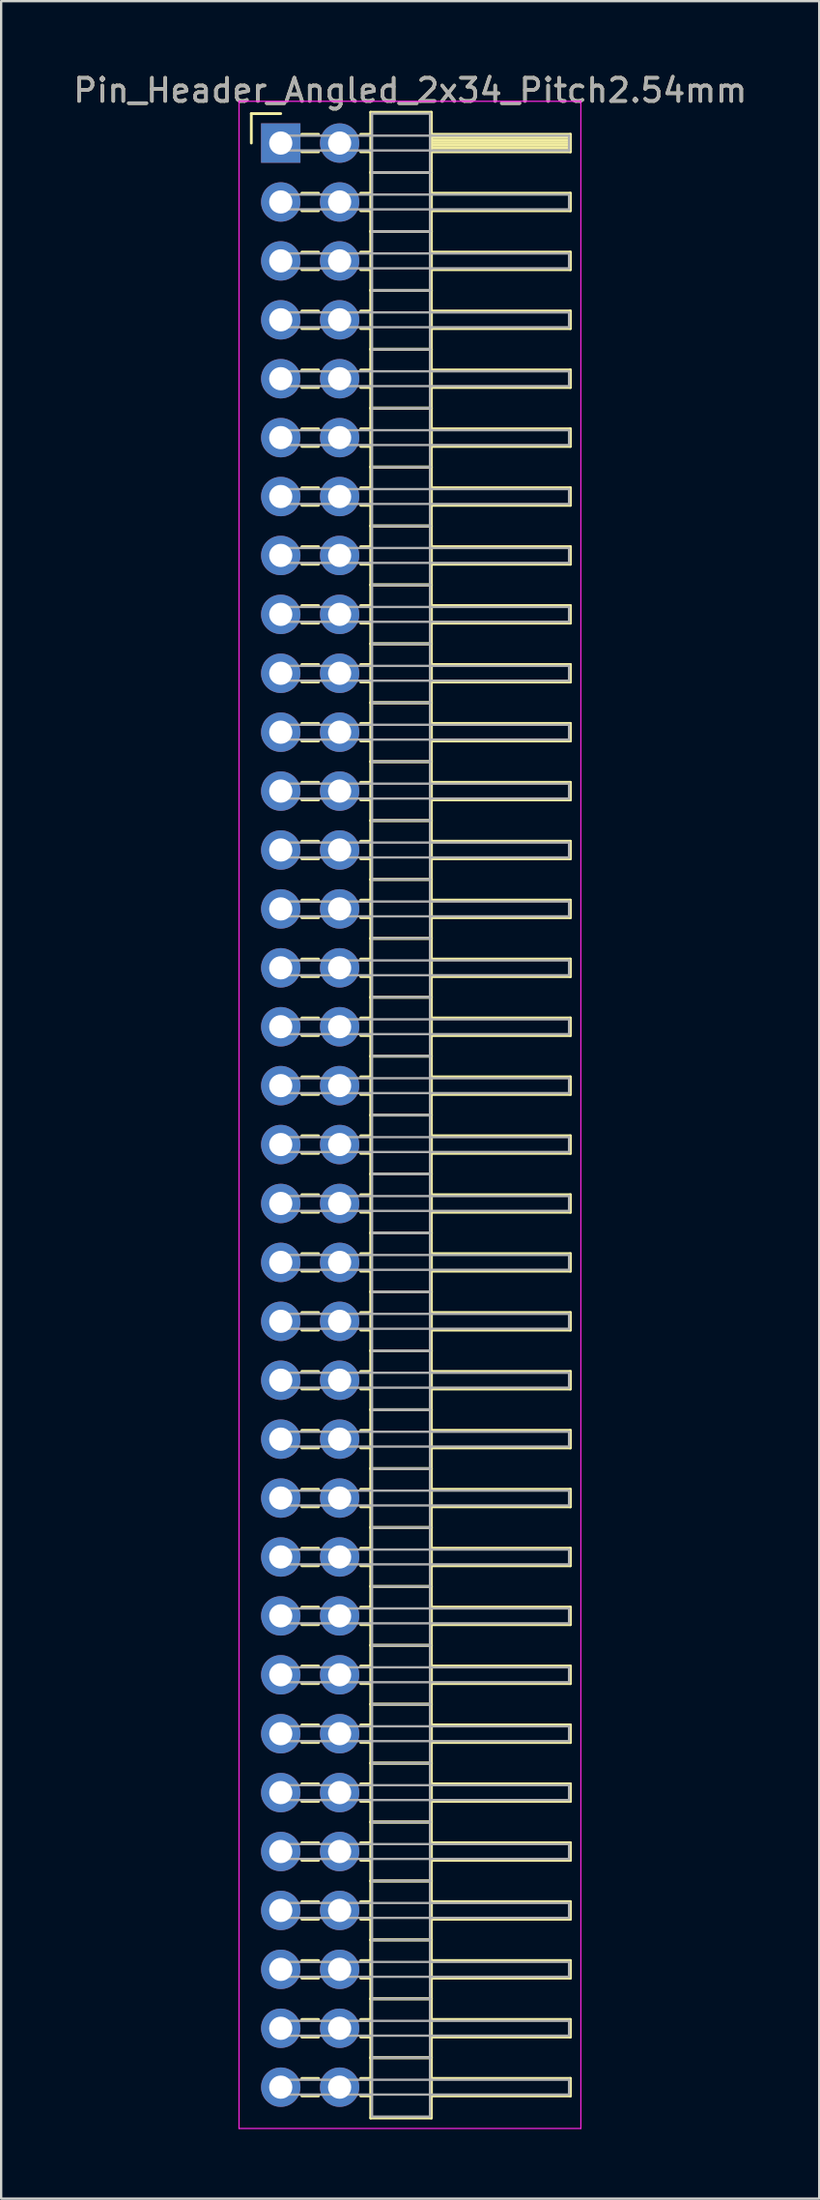
<source format=kicad_pcb>
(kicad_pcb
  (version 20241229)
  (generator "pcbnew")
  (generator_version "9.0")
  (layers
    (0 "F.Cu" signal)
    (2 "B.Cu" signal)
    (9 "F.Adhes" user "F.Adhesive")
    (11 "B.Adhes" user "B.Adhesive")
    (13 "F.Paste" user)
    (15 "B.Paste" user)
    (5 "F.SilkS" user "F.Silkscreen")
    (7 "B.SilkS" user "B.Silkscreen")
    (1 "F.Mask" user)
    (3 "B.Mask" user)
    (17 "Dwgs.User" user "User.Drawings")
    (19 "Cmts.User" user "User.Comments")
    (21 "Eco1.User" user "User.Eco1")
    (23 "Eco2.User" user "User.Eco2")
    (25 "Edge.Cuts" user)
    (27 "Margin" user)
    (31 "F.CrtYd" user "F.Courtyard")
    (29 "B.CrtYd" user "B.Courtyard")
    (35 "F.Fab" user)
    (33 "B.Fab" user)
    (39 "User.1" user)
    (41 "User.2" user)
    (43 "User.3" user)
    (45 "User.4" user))
  (footprint "Pin_Header_Angled_2x34_Pitch2.54mm"
    (layer "F.Cu")
    (at 9.064 3.118)
    (property "Reference" "Pin_Header_Angled_2x34_Pitch2.54mm" (at 5.585 -2.27 0) (layer "F.SilkS") (effects (font (size 1 1) (thickness 0.15))))
    (attr through_hole)
    (fp_line (start -1.27 -1.27) (end 0 -1.27) (stroke (width 0.12) (type solid)) (layer "F.SilkS"))
    (fp_line (start -1.27 0) (end -1.27 -1.27) (stroke (width 0.12) (type solid)) (layer "F.SilkS"))
    (fp_line (start 0.91 -0.38) (end 1.63 -0.38) (stroke (width 0.12) (type solid)) (layer "F.SilkS"))
    (fp_line (start 0.91 0.38) (end 1.63 0.38) (stroke (width 0.12) (type solid)) (layer "F.SilkS"))
    (fp_line (start 0.91 2.16) (end 1.63 2.16) (stroke (width 0.12) (type solid)) (layer "F.SilkS"))
    (fp_line (start 0.91 2.92) (end 1.63 2.92) (stroke (width 0.12) (type solid)) (layer "F.SilkS"))
    (fp_line (start 0.91 4.7) (end 1.63 4.7) (stroke (width 0.12) (type solid)) (layer "F.SilkS"))
    (fp_line (start 0.91 5.46) (end 1.63 5.46) (stroke (width 0.12) (type solid)) (layer "F.SilkS"))
    (fp_line (start 0.91 7.24) (end 1.63 7.24) (stroke (width 0.12) (type solid)) (layer "F.SilkS"))
    (fp_line (start 0.91 8) (end 1.63 8) (stroke (width 0.12) (type solid)) (layer "F.SilkS"))
    (fp_line (start 0.91 9.78) (end 1.63 9.78) (stroke (width 0.12) (type solid)) (layer "F.SilkS"))
    (fp_line (start 0.91 10.54) (end 1.63 10.54) (stroke (width 0.12) (type solid)) (layer "F.SilkS"))
    (fp_line (start 0.91 12.32) (end 1.63 12.32) (stroke (width 0.12) (type solid)) (layer "F.SilkS"))
    (fp_line (start 0.91 13.08) (end 1.63 13.08) (stroke (width 0.12) (type solid)) (layer "F.SilkS"))
    (fp_line (start 0.91 14.86) (end 1.63 14.86) (stroke (width 0.12) (type solid)) (layer "F.SilkS"))
    (fp_line (start 0.91 15.62) (end 1.63 15.62) (stroke (width 0.12) (type solid)) (layer "F.SilkS"))
    (fp_line (start 0.91 17.4) (end 1.63 17.4) (stroke (width 0.12) (type solid)) (layer "F.SilkS"))
    (fp_line (start 0.91 18.16) (end 1.63 18.16) (stroke (width 0.12) (type solid)) (layer "F.SilkS"))
    (fp_line (start 0.91 19.94) (end 1.63 19.94) (stroke (width 0.12) (type solid)) (layer "F.SilkS"))
    (fp_line (start 0.91 20.7) (end 1.63 20.7) (stroke (width 0.12) (type solid)) (layer "F.SilkS"))
    (fp_line (start 0.91 22.48) (end 1.63 22.48) (stroke (width 0.12) (type solid)) (layer "F.SilkS"))
    (fp_line (start 0.91 23.24) (end 1.63 23.24) (stroke (width 0.12) (type solid)) (layer "F.SilkS"))
    (fp_line (start 0.91 25.02) (end 1.63 25.02) (stroke (width 0.12) (type solid)) (layer "F.SilkS"))
    (fp_line (start 0.91 25.78) (end 1.63 25.78) (stroke (width 0.12) (type solid)) (layer "F.SilkS"))
    (fp_line (start 0.91 27.56) (end 1.63 27.56) (stroke (width 0.12) (type solid)) (layer "F.SilkS"))
    (fp_line (start 0.91 28.32) (end 1.63 28.32) (stroke (width 0.12) (type solid)) (layer "F.SilkS"))
    (fp_line (start 0.91 30.1) (end 1.63 30.1) (stroke (width 0.12) (type solid)) (layer "F.SilkS"))
    (fp_line (start 0.91 30.86) (end 1.63 30.86) (stroke (width 0.12) (type solid)) (layer "F.SilkS"))
    (fp_line (start 0.91 32.64) (end 1.63 32.64) (stroke (width 0.12) (type solid)) (layer "F.SilkS"))
    (fp_line (start 0.91 33.4) (end 1.63 33.4) (stroke (width 0.12) (type solid)) (layer "F.SilkS"))
    (fp_line (start 0.91 35.18) (end 1.63 35.18) (stroke (width 0.12) (type solid)) (layer "F.SilkS"))
    (fp_line (start 0.91 35.94) (end 1.63 35.94) (stroke (width 0.12) (type solid)) (layer "F.SilkS"))
    (fp_line (start 0.91 37.72) (end 1.63 37.72) (stroke (width 0.12) (type solid)) (layer "F.SilkS"))
    (fp_line (start 0.91 38.48) (end 1.63 38.48) (stroke (width 0.12) (type solid)) (layer "F.SilkS"))
    (fp_line (start 0.91 40.26) (end 1.63 40.26) (stroke (width 0.12) (type solid)) (layer "F.SilkS"))
    (fp_line (start 0.91 41.02) (end 1.63 41.02) (stroke (width 0.12) (type solid)) (layer "F.SilkS"))
    (fp_line (start 0.91 42.8) (end 1.63 42.8) (stroke (width 0.12) (type solid)) (layer "F.SilkS"))
    (fp_line (start 0.91 43.56) (end 1.63 43.56) (stroke (width 0.12) (type solid)) (layer "F.SilkS"))
    (fp_line (start 0.91 45.34) (end 1.63 45.34) (stroke (width 0.12) (type solid)) (layer "F.SilkS"))
    (fp_line (start 0.91 46.1) (end 1.63 46.1) (stroke (width 0.12) (type solid)) (layer "F.SilkS"))
    (fp_line (start 0.91 47.88) (end 1.63 47.88) (stroke (width 0.12) (type solid)) (layer "F.SilkS"))
    (fp_line (start 0.91 48.64) (end 1.63 48.64) (stroke (width 0.12) (type solid)) (layer "F.SilkS"))
    (fp_line (start 0.91 50.42) (end 1.63 50.42) (stroke (width 0.12) (type solid)) (layer "F.SilkS"))
    (fp_line (start 0.91 51.18) (end 1.63 51.18) (stroke (width 0.12) (type solid)) (layer "F.SilkS"))
    (fp_line (start 0.91 52.96) (end 1.63 52.96) (stroke (width 0.12) (type solid)) (layer "F.SilkS"))
    (fp_line (start 0.91 53.72) (end 1.63 53.72) (stroke (width 0.12) (type solid)) (layer "F.SilkS"))
    (fp_line (start 0.91 55.5) (end 1.63 55.5) (stroke (width 0.12) (type solid)) (layer "F.SilkS"))
    (fp_line (start 0.91 56.26) (end 1.63 56.26) (stroke (width 0.12) (type solid)) (layer "F.SilkS"))
    (fp_line (start 0.91 58.04) (end 1.63 58.04) (stroke (width 0.12) (type solid)) (layer "F.SilkS"))
    (fp_line (start 0.91 58.8) (end 1.63 58.8) (stroke (width 0.12) (type solid)) (layer "F.SilkS"))
    (fp_line (start 0.91 60.58) (end 1.63 60.58) (stroke (width 0.12) (type solid)) (layer "F.SilkS"))
    (fp_line (start 0.91 61.34) (end 1.63 61.34) (stroke (width 0.12) (type solid)) (layer "F.SilkS"))
    (fp_line (start 0.91 63.12) (end 1.63 63.12) (stroke (width 0.12) (type solid)) (layer "F.SilkS"))
    (fp_line (start 0.91 63.88) (end 1.63 63.88) (stroke (width 0.12) (type solid)) (layer "F.SilkS"))
    (fp_line (start 0.91 65.66) (end 1.63 65.66) (stroke (width 0.12) (type solid)) (layer "F.SilkS"))
    (fp_line (start 0.91 66.42) (end 1.63 66.42) (stroke (width 0.12) (type solid)) (layer "F.SilkS"))
    (fp_line (start 0.91 68.2) (end 1.63 68.2) (stroke (width 0.12) (type solid)) (layer "F.SilkS"))
    (fp_line (start 0.91 68.96) (end 1.63 68.96) (stroke (width 0.12) (type solid)) (layer "F.SilkS"))
    (fp_line (start 0.91 70.74) (end 1.63 70.74) (stroke (width 0.12) (type solid)) (layer "F.SilkS"))
    (fp_line (start 0.91 71.5) (end 1.63 71.5) (stroke (width 0.12) (type solid)) (layer "F.SilkS"))
    (fp_line (start 0.91 73.28) (end 1.63 73.28) (stroke (width 0.12) (type solid)) (layer "F.SilkS"))
    (fp_line (start 0.91 74.04) (end 1.63 74.04) (stroke (width 0.12) (type solid)) (layer "F.SilkS"))
    (fp_line (start 0.91 75.82) (end 1.63 75.82) (stroke (width 0.12) (type solid)) (layer "F.SilkS"))
    (fp_line (start 0.91 76.58) (end 1.63 76.58) (stroke (width 0.12) (type solid)) (layer "F.SilkS"))
    (fp_line (start 0.91 78.36) (end 1.63 78.36) (stroke (width 0.12) (type solid)) (layer "F.SilkS"))
    (fp_line (start 0.91 79.12) (end 1.63 79.12) (stroke (width 0.12) (type solid)) (layer "F.SilkS"))
    (fp_line (start 0.91 80.9) (end 1.63 80.9) (stroke (width 0.12) (type solid)) (layer "F.SilkS"))
    (fp_line (start 0.91 81.66) (end 1.63 81.66) (stroke (width 0.12) (type solid)) (layer "F.SilkS"))
    (fp_line (start 0.91 83.44) (end 1.63 83.44) (stroke (width 0.12) (type solid)) (layer "F.SilkS"))
    (fp_line (start 0.91 84.2) (end 1.63 84.2) (stroke (width 0.12) (type solid)) (layer "F.SilkS"))
    (fp_line (start 3.45 -0.38) (end 3.88 -0.38) (stroke (width 0.12) (type solid)) (layer "F.SilkS"))
    (fp_line (start 3.45 0.38) (end 3.88 0.38) (stroke (width 0.12) (type solid)) (layer "F.SilkS"))
    (fp_line (start 3.45 2.16) (end 3.88 2.16) (stroke (width 0.12) (type solid)) (layer "F.SilkS"))
    (fp_line (start 3.45 2.92) (end 3.88 2.92) (stroke (width 0.12) (type solid)) (layer "F.SilkS"))
    (fp_line (start 3.45 4.7) (end 3.88 4.7) (stroke (width 0.12) (type solid)) (layer "F.SilkS"))
    (fp_line (start 3.45 5.46) (end 3.88 5.46) (stroke (width 0.12) (type solid)) (layer "F.SilkS"))
    (fp_line (start 3.45 7.24) (end 3.88 7.24) (stroke (width 0.12) (type solid)) (layer "F.SilkS"))
    (fp_line (start 3.45 8) (end 3.88 8) (stroke (width 0.12) (type solid)) (layer "F.SilkS"))
    (fp_line (start 3.45 9.78) (end 3.88 9.78) (stroke (width 0.12) (type solid)) (layer "F.SilkS"))
    (fp_line (start 3.45 10.54) (end 3.88 10.54) (stroke (width 0.12) (type solid)) (layer "F.SilkS"))
    (fp_line (start 3.45 12.32) (end 3.88 12.32) (stroke (width 0.12) (type solid)) (layer "F.SilkS"))
    (fp_line (start 3.45 13.08) (end 3.88 13.08) (stroke (width 0.12) (type solid)) (layer "F.SilkS"))
    (fp_line (start 3.45 14.86) (end 3.88 14.86) (stroke (width 0.12) (type solid)) (layer "F.SilkS"))
    (fp_line (start 3.45 15.62) (end 3.88 15.62) (stroke (width 0.12) (type solid)) (layer "F.SilkS"))
    (fp_line (start 3.45 17.4) (end 3.88 17.4) (stroke (width 0.12) (type solid)) (layer "F.SilkS"))
    (fp_line (start 3.45 18.16) (end 3.88 18.16) (stroke (width 0.12) (type solid)) (layer "F.SilkS"))
    (fp_line (start 3.45 19.94) (end 3.88 19.94) (stroke (width 0.12) (type solid)) (layer "F.SilkS"))
    (fp_line (start 3.45 20.7) (end 3.88 20.7) (stroke (width 0.12) (type solid)) (layer "F.SilkS"))
    (fp_line (start 3.45 22.48) (end 3.88 22.48) (stroke (width 0.12) (type solid)) (layer "F.SilkS"))
    (fp_line (start 3.45 23.24) (end 3.88 23.24) (stroke (width 0.12) (type solid)) (layer "F.SilkS"))
    (fp_line (start 3.45 25.02) (end 3.88 25.02) (stroke (width 0.12) (type solid)) (layer "F.SilkS"))
    (fp_line (start 3.45 25.78) (end 3.88 25.78) (stroke (width 0.12) (type solid)) (layer "F.SilkS"))
    (fp_line (start 3.45 27.56) (end 3.88 27.56) (stroke (width 0.12) (type solid)) (layer "F.SilkS"))
    (fp_line (start 3.45 28.32) (end 3.88 28.32) (stroke (width 0.12) (type solid)) (layer "F.SilkS"))
    (fp_line (start 3.45 30.1) (end 3.88 30.1) (stroke (width 0.12) (type solid)) (layer "F.SilkS"))
    (fp_line (start 3.45 30.86) (end 3.88 30.86) (stroke (width 0.12) (type solid)) (layer "F.SilkS"))
    (fp_line (start 3.45 32.64) (end 3.88 32.64) (stroke (width 0.12) (type solid)) (layer "F.SilkS"))
    (fp_line (start 3.45 33.4) (end 3.88 33.4) (stroke (width 0.12) (type solid)) (layer "F.SilkS"))
    (fp_line (start 3.45 35.18) (end 3.88 35.18) (stroke (width 0.12) (type solid)) (layer "F.SilkS"))
    (fp_line (start 3.45 35.94) (end 3.88 35.94) (stroke (width 0.12) (type solid)) (layer "F.SilkS"))
    (fp_line (start 3.45 37.72) (end 3.88 37.72) (stroke (width 0.12) (type solid)) (layer "F.SilkS"))
    (fp_line (start 3.45 38.48) (end 3.88 38.48) (stroke (width 0.12) (type solid)) (layer "F.SilkS"))
    (fp_line (start 3.45 40.26) (end 3.88 40.26) (stroke (width 0.12) (type solid)) (layer "F.SilkS"))
    (fp_line (start 3.45 41.02) (end 3.88 41.02) (stroke (width 0.12) (type solid)) (layer "F.SilkS"))
    (fp_line (start 3.45 42.8) (end 3.88 42.8) (stroke (width 0.12) (type solid)) (layer "F.SilkS"))
    (fp_line (start 3.45 43.56) (end 3.88 43.56) (stroke (width 0.12) (type solid)) (layer "F.SilkS"))
    (fp_line (start 3.45 45.34) (end 3.88 45.34) (stroke (width 0.12) (type solid)) (layer "F.SilkS"))
    (fp_line (start 3.45 46.1) (end 3.88 46.1) (stroke (width 0.12) (type solid)) (layer "F.SilkS"))
    (fp_line (start 3.45 47.88) (end 3.88 47.88) (stroke (width 0.12) (type solid)) (layer "F.SilkS"))
    (fp_line (start 3.45 48.64) (end 3.88 48.64) (stroke (width 0.12) (type solid)) (layer "F.SilkS"))
    (fp_line (start 3.45 50.42) (end 3.88 50.42) (stroke (width 0.12) (type solid)) (layer "F.SilkS"))
    (fp_line (start 3.45 51.18) (end 3.88 51.18) (stroke (width 0.12) (type solid)) (layer "F.SilkS"))
    (fp_line (start 3.45 52.96) (end 3.88 52.96) (stroke (width 0.12) (type solid)) (layer "F.SilkS"))
    (fp_line (start 3.45 53.72) (end 3.88 53.72) (stroke (width 0.12) (type solid)) (layer "F.SilkS"))
    (fp_line (start 3.45 55.5) (end 3.88 55.5) (stroke (width 0.12) (type solid)) (layer "F.SilkS"))
    (fp_line (start 3.45 56.26) (end 3.88 56.26) (stroke (width 0.12) (type solid)) (layer "F.SilkS"))
    (fp_line (start 3.45 58.04) (end 3.88 58.04) (stroke (width 0.12) (type solid)) (layer "F.SilkS"))
    (fp_line (start 3.45 58.8) (end 3.88 58.8) (stroke (width 0.12) (type solid)) (layer "F.SilkS"))
    (fp_line (start 3.45 60.58) (end 3.88 60.58) (stroke (width 0.12) (type solid)) (layer "F.SilkS"))
    (fp_line (start 3.45 61.34) (end 3.88 61.34) (stroke (width 0.12) (type solid)) (layer "F.SilkS"))
    (fp_line (start 3.45 63.12) (end 3.88 63.12) (stroke (width 0.12) (type solid)) (layer "F.SilkS"))
    (fp_line (start 3.45 63.88) (end 3.88 63.88) (stroke (width 0.12) (type solid)) (layer "F.SilkS"))
    (fp_line (start 3.45 65.66) (end 3.88 65.66) (stroke (width 0.12) (type solid)) (layer "F.SilkS"))
    (fp_line (start 3.45 66.42) (end 3.88 66.42) (stroke (width 0.12) (type solid)) (layer "F.SilkS"))
    (fp_line (start 3.45 68.2) (end 3.88 68.2) (stroke (width 0.12) (type solid)) (layer "F.SilkS"))
    (fp_line (start 3.45 68.96) (end 3.88 68.96) (stroke (width 0.12) (type solid)) (layer "F.SilkS"))
    (fp_line (start 3.45 70.74) (end 3.88 70.74) (stroke (width 0.12) (type solid)) (layer "F.SilkS"))
    (fp_line (start 3.45 71.5) (end 3.88 71.5) (stroke (width 0.12) (type solid)) (layer "F.SilkS"))
    (fp_line (start 3.45 73.28) (end 3.88 73.28) (stroke (width 0.12) (type solid)) (layer "F.SilkS"))
    (fp_line (start 3.45 74.04) (end 3.88 74.04) (stroke (width 0.12) (type solid)) (layer "F.SilkS"))
    (fp_line (start 3.45 75.82) (end 3.88 75.82) (stroke (width 0.12) (type solid)) (layer "F.SilkS"))
    (fp_line (start 3.45 76.58) (end 3.88 76.58) (stroke (width 0.12) (type solid)) (layer "F.SilkS"))
    (fp_line (start 3.45 78.36) (end 3.88 78.36) (stroke (width 0.12) (type solid)) (layer "F.SilkS"))
    (fp_line (start 3.45 79.12) (end 3.88 79.12) (stroke (width 0.12) (type solid)) (layer "F.SilkS"))
    (fp_line (start 3.45 80.9) (end 3.88 80.9) (stroke (width 0.12) (type solid)) (layer "F.SilkS"))
    (fp_line (start 3.45 81.66) (end 3.88 81.66) (stroke (width 0.12) (type solid)) (layer "F.SilkS"))
    (fp_line (start 3.45 83.44) (end 3.88 83.44) (stroke (width 0.12) (type solid)) (layer "F.SilkS"))
    (fp_line (start 3.45 84.2) (end 3.88 84.2) (stroke (width 0.12) (type solid)) (layer "F.SilkS"))
    (fp_line (start 3.88 -1.33) (end 3.88 1.27) (stroke (width 0.12) (type solid)) (layer "F.SilkS"))
    (fp_line (start 3.88 1.27) (end 3.88 3.81) (stroke (width 0.12) (type solid)) (layer "F.SilkS"))
    (fp_line (start 3.88 1.27) (end 6.5 1.27) (stroke (width 0.12) (type solid)) (layer "F.SilkS"))
    (fp_line (start 3.88 3.81) (end 3.88 6.35) (stroke (width 0.12) (type solid)) (layer "F.SilkS"))
    (fp_line (start 3.88 3.81) (end 6.5 3.81) (stroke (width 0.12) (type solid)) (layer "F.SilkS"))
    (fp_line (start 3.88 6.35) (end 3.88 8.89) (stroke (width 0.12) (type solid)) (layer "F.SilkS"))
    (fp_line (start 3.88 6.35) (end 6.5 6.35) (stroke (width 0.12) (type solid)) (layer "F.SilkS"))
    (fp_line (start 3.88 8.89) (end 3.88 11.43) (stroke (width 0.12) (type solid)) (layer "F.SilkS"))
    (fp_line (start 3.88 8.89) (end 6.5 8.89) (stroke (width 0.12) (type solid)) (layer "F.SilkS"))
    (fp_line (start 3.88 11.43) (end 3.88 13.97) (stroke (width 0.12) (type solid)) (layer "F.SilkS"))
    (fp_line (start 3.88 11.43) (end 6.5 11.43) (stroke (width 0.12) (type solid)) (layer "F.SilkS"))
    (fp_line (start 3.88 13.97) (end 3.88 16.51) (stroke (width 0.12) (type solid)) (layer "F.SilkS"))
    (fp_line (start 3.88 13.97) (end 6.5 13.97) (stroke (width 0.12) (type solid)) (layer "F.SilkS"))
    (fp_line (start 3.88 16.51) (end 3.88 19.05) (stroke (width 0.12) (type solid)) (layer "F.SilkS"))
    (fp_line (start 3.88 16.51) (end 6.5 16.51) (stroke (width 0.12) (type solid)) (layer "F.SilkS"))
    (fp_line (start 3.88 19.05) (end 3.88 21.59) (stroke (width 0.12) (type solid)) (layer "F.SilkS"))
    (fp_line (start 3.88 19.05) (end 6.5 19.05) (stroke (width 0.12) (type solid)) (layer "F.SilkS"))
    (fp_line (start 3.88 21.59) (end 3.88 24.13) (stroke (width 0.12) (type solid)) (layer "F.SilkS"))
    (fp_line (start 3.88 21.59) (end 6.5 21.59) (stroke (width 0.12) (type solid)) (layer "F.SilkS"))
    (fp_line (start 3.88 24.13) (end 3.88 26.67) (stroke (width 0.12) (type solid)) (layer "F.SilkS"))
    (fp_line (start 3.88 24.13) (end 6.5 24.13) (stroke (width 0.12) (type solid)) (layer "F.SilkS"))
    (fp_line (start 3.88 26.67) (end 3.88 29.21) (stroke (width 0.12) (type solid)) (layer "F.SilkS"))
    (fp_line (start 3.88 26.67) (end 6.5 26.67) (stroke (width 0.12) (type solid)) (layer "F.SilkS"))
    (fp_line (start 3.88 29.21) (end 3.88 31.75) (stroke (width 0.12) (type solid)) (layer "F.SilkS"))
    (fp_line (start 3.88 29.21) (end 6.5 29.21) (stroke (width 0.12) (type solid)) (layer "F.SilkS"))
    (fp_line (start 3.88 31.75) (end 3.88 34.29) (stroke (width 0.12) (type solid)) (layer "F.SilkS"))
    (fp_line (start 3.88 31.75) (end 6.5 31.75) (stroke (width 0.12) (type solid)) (layer "F.SilkS"))
    (fp_line (start 3.88 34.29) (end 3.88 36.83) (stroke (width 0.12) (type solid)) (layer "F.SilkS"))
    (fp_line (start 3.88 34.29) (end 6.5 34.29) (stroke (width 0.12) (type solid)) (layer "F.SilkS"))
    (fp_line (start 3.88 36.83) (end 3.88 39.37) (stroke (width 0.12) (type solid)) (layer "F.SilkS"))
    (fp_line (start 3.88 36.83) (end 6.5 36.83) (stroke (width 0.12) (type solid)) (layer "F.SilkS"))
    (fp_line (start 3.88 39.37) (end 3.88 41.91) (stroke (width 0.12) (type solid)) (layer "F.SilkS"))
    (fp_line (start 3.88 39.37) (end 6.5 39.37) (stroke (width 0.12) (type solid)) (layer "F.SilkS"))
    (fp_line (start 3.88 41.91) (end 3.88 44.45) (stroke (width 0.12) (type solid)) (layer "F.SilkS"))
    (fp_line (start 3.88 41.91) (end 6.5 41.91) (stroke (width 0.12) (type solid)) (layer "F.SilkS"))
    (fp_line (start 3.88 44.45) (end 3.88 46.99) (stroke (width 0.12) (type solid)) (layer "F.SilkS"))
    (fp_line (start 3.88 44.45) (end 6.5 44.45) (stroke (width 0.12) (type solid)) (layer "F.SilkS"))
    (fp_line (start 3.88 46.99) (end 3.88 49.53) (stroke (width 0.12) (type solid)) (layer "F.SilkS"))
    (fp_line (start 3.88 46.99) (end 6.5 46.99) (stroke (width 0.12) (type solid)) (layer "F.SilkS"))
    (fp_line (start 3.88 49.53) (end 3.88 52.07) (stroke (width 0.12) (type solid)) (layer "F.SilkS"))
    (fp_line (start 3.88 49.53) (end 6.5 49.53) (stroke (width 0.12) (type solid)) (layer "F.SilkS"))
    (fp_line (start 3.88 52.07) (end 3.88 54.61) (stroke (width 0.12) (type solid)) (layer "F.SilkS"))
    (fp_line (start 3.88 52.07) (end 6.5 52.07) (stroke (width 0.12) (type solid)) (layer "F.SilkS"))
    (fp_line (start 3.88 54.61) (end 3.88 57.15) (stroke (width 0.12) (type solid)) (layer "F.SilkS"))
    (fp_line (start 3.88 54.61) (end 6.5 54.61) (stroke (width 0.12) (type solid)) (layer "F.SilkS"))
    (fp_line (start 3.88 57.15) (end 3.88 59.69) (stroke (width 0.12) (type solid)) (layer "F.SilkS"))
    (fp_line (start 3.88 57.15) (end 6.5 57.15) (stroke (width 0.12) (type solid)) (layer "F.SilkS"))
    (fp_line (start 3.88 59.69) (end 3.88 62.23) (stroke (width 0.12) (type solid)) (layer "F.SilkS"))
    (fp_line (start 3.88 59.69) (end 6.5 59.69) (stroke (width 0.12) (type solid)) (layer "F.SilkS"))
    (fp_line (start 3.88 62.23) (end 3.88 64.77) (stroke (width 0.12) (type solid)) (layer "F.SilkS"))
    (fp_line (start 3.88 62.23) (end 6.5 62.23) (stroke (width 0.12) (type solid)) (layer "F.SilkS"))
    (fp_line (start 3.88 64.77) (end 3.88 67.31) (stroke (width 0.12) (type solid)) (layer "F.SilkS"))
    (fp_line (start 3.88 64.77) (end 6.5 64.77) (stroke (width 0.12) (type solid)) (layer "F.SilkS"))
    (fp_line (start 3.88 67.31) (end 3.88 69.85) (stroke (width 0.12) (type solid)) (layer "F.SilkS"))
    (fp_line (start 3.88 67.31) (end 6.5 67.31) (stroke (width 0.12) (type solid)) (layer "F.SilkS"))
    (fp_line (start 3.88 69.85) (end 3.88 72.39) (stroke (width 0.12) (type solid)) (layer "F.SilkS"))
    (fp_line (start 3.88 69.85) (end 6.5 69.85) (stroke (width 0.12) (type solid)) (layer "F.SilkS"))
    (fp_line (start 3.88 72.39) (end 3.88 74.93) (stroke (width 0.12) (type solid)) (layer "F.SilkS"))
    (fp_line (start 3.88 72.39) (end 6.5 72.39) (stroke (width 0.12) (type solid)) (layer "F.SilkS"))
    (fp_line (start 3.88 74.93) (end 3.88 77.47) (stroke (width 0.12) (type solid)) (layer "F.SilkS"))
    (fp_line (start 3.88 74.93) (end 6.5 74.93) (stroke (width 0.12) (type solid)) (layer "F.SilkS"))
    (fp_line (start 3.88 77.47) (end 3.88 80.01) (stroke (width 0.12) (type solid)) (layer "F.SilkS"))
    (fp_line (start 3.88 77.47) (end 6.5 77.47) (stroke (width 0.12) (type solid)) (layer "F.SilkS"))
    (fp_line (start 3.88 80.01) (end 3.88 82.55) (stroke (width 0.12) (type solid)) (layer "F.SilkS"))
    (fp_line (start 3.88 80.01) (end 6.5 80.01) (stroke (width 0.12) (type solid)) (layer "F.SilkS"))
    (fp_line (start 3.88 82.55) (end 3.88 85.15) (stroke (width 0.12) (type solid)) (layer "F.SilkS"))
    (fp_line (start 3.88 82.55) (end 6.5 82.55) (stroke (width 0.12) (type solid)) (layer "F.SilkS"))
    (fp_line (start 3.88 85.15) (end 6.5 85.15) (stroke (width 0.12) (type solid)) (layer "F.SilkS"))
    (fp_line (start 6.5 -1.33) (end 3.88 -1.33) (stroke (width 0.12) (type solid)) (layer "F.SilkS"))
    (fp_line (start 6.5 -0.38) (end 6.5 0.38) (stroke (width 0.12) (type solid)) (layer "F.SilkS"))
    (fp_line (start 6.5 -0.26) (end 12.5 -0.26) (stroke (width 0.12) (type solid)) (layer "F.SilkS"))
    (fp_line (start 6.5 -0.14) (end 12.5 -0.14) (stroke (width 0.12) (type solid)) (layer "F.SilkS"))
    (fp_line (start 6.5 -0.02) (end 12.5 -0.02) (stroke (width 0.12) (type solid)) (layer "F.SilkS"))
    (fp_line (start 6.5 0.1) (end 12.5 0.1) (stroke (width 0.12) (type solid)) (layer "F.SilkS"))
    (fp_line (start 6.5 0.22) (end 12.5 0.22) (stroke (width 0.12) (type solid)) (layer "F.SilkS"))
    (fp_line (start 6.5 0.34) (end 12.5 0.34) (stroke (width 0.12) (type solid)) (layer "F.SilkS"))
    (fp_line (start 6.5 0.38) (end 12.5 0.38) (stroke (width 0.12) (type solid)) (layer "F.SilkS"))
    (fp_line (start 6.5 1.27) (end 3.88 1.27) (stroke (width 0.12) (type solid)) (layer "F.SilkS"))
    (fp_line (start 6.5 1.27) (end 6.5 -1.33) (stroke (width 0.12) (type solid)) (layer "F.SilkS"))
    (fp_line (start 6.5 2.16) (end 6.5 2.92) (stroke (width 0.12) (type solid)) (layer "F.SilkS"))
    (fp_line (start 6.5 2.92) (end 12.5 2.92) (stroke (width 0.12) (type solid)) (layer "F.SilkS"))
    (fp_line (start 6.5 3.81) (end 3.88 3.81) (stroke (width 0.12) (type solid)) (layer "F.SilkS"))
    (fp_line (start 6.5 3.81) (end 6.5 1.27) (stroke (width 0.12) (type solid)) (layer "F.SilkS"))
    (fp_line (start 6.5 4.7) (end 6.5 5.46) (stroke (width 0.12) (type solid)) (layer "F.SilkS"))
    (fp_line (start 6.5 5.46) (end 12.5 5.46) (stroke (width 0.12) (type solid)) (layer "F.SilkS"))
    (fp_line (start 6.5 6.35) (end 3.88 6.35) (stroke (width 0.12) (type solid)) (layer "F.SilkS"))
    (fp_line (start 6.5 6.35) (end 6.5 3.81) (stroke (width 0.12) (type solid)) (layer "F.SilkS"))
    (fp_line (start 6.5 7.24) (end 6.5 8) (stroke (width 0.12) (type solid)) (layer "F.SilkS"))
    (fp_line (start 6.5 8) (end 12.5 8) (stroke (width 0.12) (type solid)) (layer "F.SilkS"))
    (fp_line (start 6.5 8.89) (end 3.88 8.89) (stroke (width 0.12) (type solid)) (layer "F.SilkS"))
    (fp_line (start 6.5 8.89) (end 6.5 6.35) (stroke (width 0.12) (type solid)) (layer "F.SilkS"))
    (fp_line (start 6.5 9.78) (end 6.5 10.54) (stroke (width 0.12) (type solid)) (layer "F.SilkS"))
    (fp_line (start 6.5 10.54) (end 12.5 10.54) (stroke (width 0.12) (type solid)) (layer "F.SilkS"))
    (fp_line (start 6.5 11.43) (end 3.88 11.43) (stroke (width 0.12) (type solid)) (layer "F.SilkS"))
    (fp_line (start 6.5 11.43) (end 6.5 8.89) (stroke (width 0.12) (type solid)) (layer "F.SilkS"))
    (fp_line (start 6.5 12.32) (end 6.5 13.08) (stroke (width 0.12) (type solid)) (layer "F.SilkS"))
    (fp_line (start 6.5 13.08) (end 12.5 13.08) (stroke (width 0.12) (type solid)) (layer "F.SilkS"))
    (fp_line (start 6.5 13.97) (end 3.88 13.97) (stroke (width 0.12) (type solid)) (layer "F.SilkS"))
    (fp_line (start 6.5 13.97) (end 6.5 11.43) (stroke (width 0.12) (type solid)) (layer "F.SilkS"))
    (fp_line (start 6.5 14.86) (end 6.5 15.62) (stroke (width 0.12) (type solid)) (layer "F.SilkS"))
    (fp_line (start 6.5 15.62) (end 12.5 15.62) (stroke (width 0.12) (type solid)) (layer "F.SilkS"))
    (fp_line (start 6.5 16.51) (end 3.88 16.51) (stroke (width 0.12) (type solid)) (layer "F.SilkS"))
    (fp_line (start 6.5 16.51) (end 6.5 13.97) (stroke (width 0.12) (type solid)) (layer "F.SilkS"))
    (fp_line (start 6.5 17.4) (end 6.5 18.16) (stroke (width 0.12) (type solid)) (layer "F.SilkS"))
    (fp_line (start 6.5 18.16) (end 12.5 18.16) (stroke (width 0.12) (type solid)) (layer "F.SilkS"))
    (fp_line (start 6.5 19.05) (end 3.88 19.05) (stroke (width 0.12) (type solid)) (layer "F.SilkS"))
    (fp_line (start 6.5 19.05) (end 6.5 16.51) (stroke (width 0.12) (type solid)) (layer "F.SilkS"))
    (fp_line (start 6.5 19.94) (end 6.5 20.7) (stroke (width 0.12) (type solid)) (layer "F.SilkS"))
    (fp_line (start 6.5 20.7) (end 12.5 20.7) (stroke (width 0.12) (type solid)) (layer "F.SilkS"))
    (fp_line (start 6.5 21.59) (end 3.88 21.59) (stroke (width 0.12) (type solid)) (layer "F.SilkS"))
    (fp_line (start 6.5 21.59) (end 6.5 19.05) (stroke (width 0.12) (type solid)) (layer "F.SilkS"))
    (fp_line (start 6.5 22.48) (end 6.5 23.24) (stroke (width 0.12) (type solid)) (layer "F.SilkS"))
    (fp_line (start 6.5 23.24) (end 12.5 23.24) (stroke (width 0.12) (type solid)) (layer "F.SilkS"))
    (fp_line (start 6.5 24.13) (end 3.88 24.13) (stroke (width 0.12) (type solid)) (layer "F.SilkS"))
    (fp_line (start 6.5 24.13) (end 6.5 21.59) (stroke (width 0.12) (type solid)) (layer "F.SilkS"))
    (fp_line (start 6.5 25.02) (end 6.5 25.78) (stroke (width 0.12) (type solid)) (layer "F.SilkS"))
    (fp_line (start 6.5 25.78) (end 12.5 25.78) (stroke (width 0.12) (type solid)) (layer "F.SilkS"))
    (fp_line (start 6.5 26.67) (end 3.88 26.67) (stroke (width 0.12) (type solid)) (layer "F.SilkS"))
    (fp_line (start 6.5 26.67) (end 6.5 24.13) (stroke (width 0.12) (type solid)) (layer "F.SilkS"))
    (fp_line (start 6.5 27.56) (end 6.5 28.32) (stroke (width 0.12) (type solid)) (layer "F.SilkS"))
    (fp_line (start 6.5 28.32) (end 12.5 28.32) (stroke (width 0.12) (type solid)) (layer "F.SilkS"))
    (fp_line (start 6.5 29.21) (end 3.88 29.21) (stroke (width 0.12) (type solid)) (layer "F.SilkS"))
    (fp_line (start 6.5 29.21) (end 6.5 26.67) (stroke (width 0.12) (type solid)) (layer "F.SilkS"))
    (fp_line (start 6.5 30.1) (end 6.5 30.86) (stroke (width 0.12) (type solid)) (layer "F.SilkS"))
    (fp_line (start 6.5 30.86) (end 12.5 30.86) (stroke (width 0.12) (type solid)) (layer "F.SilkS"))
    (fp_line (start 6.5 31.75) (end 3.88 31.75) (stroke (width 0.12) (type solid)) (layer "F.SilkS"))
    (fp_line (start 6.5 31.75) (end 6.5 29.21) (stroke (width 0.12) (type solid)) (layer "F.SilkS"))
    (fp_line (start 6.5 32.64) (end 6.5 33.4) (stroke (width 0.12) (type solid)) (layer "F.SilkS"))
    (fp_line (start 6.5 33.4) (end 12.5 33.4) (stroke (width 0.12) (type solid)) (layer "F.SilkS"))
    (fp_line (start 6.5 34.29) (end 3.88 34.29) (stroke (width 0.12) (type solid)) (layer "F.SilkS"))
    (fp_line (start 6.5 34.29) (end 6.5 31.75) (stroke (width 0.12) (type solid)) (layer "F.SilkS"))
    (fp_line (start 6.5 35.18) (end 6.5 35.94) (stroke (width 0.12) (type solid)) (layer "F.SilkS"))
    (fp_line (start 6.5 35.94) (end 12.5 35.94) (stroke (width 0.12) (type solid)) (layer "F.SilkS"))
    (fp_line (start 6.5 36.83) (end 3.88 36.83) (stroke (width 0.12) (type solid)) (layer "F.SilkS"))
    (fp_line (start 6.5 36.83) (end 6.5 34.29) (stroke (width 0.12) (type solid)) (layer "F.SilkS"))
    (fp_line (start 6.5 37.72) (end 6.5 38.48) (stroke (width 0.12) (type solid)) (layer "F.SilkS"))
    (fp_line (start 6.5 38.48) (end 12.5 38.48) (stroke (width 0.12) (type solid)) (layer "F.SilkS"))
    (fp_line (start 6.5 39.37) (end 3.88 39.37) (stroke (width 0.12) (type solid)) (layer "F.SilkS"))
    (fp_line (start 6.5 39.37) (end 6.5 36.83) (stroke (width 0.12) (type solid)) (layer "F.SilkS"))
    (fp_line (start 6.5 40.26) (end 6.5 41.02) (stroke (width 0.12) (type solid)) (layer "F.SilkS"))
    (fp_line (start 6.5 41.02) (end 12.5 41.02) (stroke (width 0.12) (type solid)) (layer "F.SilkS"))
    (fp_line (start 6.5 41.91) (end 3.88 41.91) (stroke (width 0.12) (type solid)) (layer "F.SilkS"))
    (fp_line (start 6.5 41.91) (end 6.5 39.37) (stroke (width 0.12) (type solid)) (layer "F.SilkS"))
    (fp_line (start 6.5 42.8) (end 6.5 43.56) (stroke (width 0.12) (type solid)) (layer "F.SilkS"))
    (fp_line (start 6.5 43.56) (end 12.5 43.56) (stroke (width 0.12) (type solid)) (layer "F.SilkS"))
    (fp_line (start 6.5 44.45) (end 3.88 44.45) (stroke (width 0.12) (type solid)) (layer "F.SilkS"))
    (fp_line (start 6.5 44.45) (end 6.5 41.91) (stroke (width 0.12) (type solid)) (layer "F.SilkS"))
    (fp_line (start 6.5 45.34) (end 6.5 46.1) (stroke (width 0.12) (type solid)) (layer "F.SilkS"))
    (fp_line (start 6.5 46.1) (end 12.5 46.1) (stroke (width 0.12) (type solid)) (layer "F.SilkS"))
    (fp_line (start 6.5 46.99) (end 3.88 46.99) (stroke (width 0.12) (type solid)) (layer "F.SilkS"))
    (fp_line (start 6.5 46.99) (end 6.5 44.45) (stroke (width 0.12) (type solid)) (layer "F.SilkS"))
    (fp_line (start 6.5 47.88) (end 6.5 48.64) (stroke (width 0.12) (type solid)) (layer "F.SilkS"))
    (fp_line (start 6.5 48.64) (end 12.5 48.64) (stroke (width 0.12) (type solid)) (layer "F.SilkS"))
    (fp_line (start 6.5 49.53) (end 3.88 49.53) (stroke (width 0.12) (type solid)) (layer "F.SilkS"))
    (fp_line (start 6.5 49.53) (end 6.5 46.99) (stroke (width 0.12) (type solid)) (layer "F.SilkS"))
    (fp_line (start 6.5 50.42) (end 6.5 51.18) (stroke (width 0.12) (type solid)) (layer "F.SilkS"))
    (fp_line (start 6.5 51.18) (end 12.5 51.18) (stroke (width 0.12) (type solid)) (layer "F.SilkS"))
    (fp_line (start 6.5 52.07) (end 3.88 52.07) (stroke (width 0.12) (type solid)) (layer "F.SilkS"))
    (fp_line (start 6.5 52.07) (end 6.5 49.53) (stroke (width 0.12) (type solid)) (layer "F.SilkS"))
    (fp_line (start 6.5 52.96) (end 6.5 53.72) (stroke (width 0.12) (type solid)) (layer "F.SilkS"))
    (fp_line (start 6.5 53.72) (end 12.5 53.72) (stroke (width 0.12) (type solid)) (layer "F.SilkS"))
    (fp_line (start 6.5 54.61) (end 3.88 54.61) (stroke (width 0.12) (type solid)) (layer "F.SilkS"))
    (fp_line (start 6.5 54.61) (end 6.5 52.07) (stroke (width 0.12) (type solid)) (layer "F.SilkS"))
    (fp_line (start 6.5 55.5) (end 6.5 56.26) (stroke (width 0.12) (type solid)) (layer "F.SilkS"))
    (fp_line (start 6.5 56.26) (end 12.5 56.26) (stroke (width 0.12) (type solid)) (layer "F.SilkS"))
    (fp_line (start 6.5 57.15) (end 3.88 57.15) (stroke (width 0.12) (type solid)) (layer "F.SilkS"))
    (fp_line (start 6.5 57.15) (end 6.5 54.61) (stroke (width 0.12) (type solid)) (layer "F.SilkS"))
    (fp_line (start 6.5 58.04) (end 6.5 58.8) (stroke (width 0.12) (type solid)) (layer "F.SilkS"))
    (fp_line (start 6.5 58.8) (end 12.5 58.8) (stroke (width 0.12) (type solid)) (layer "F.SilkS"))
    (fp_line (start 6.5 59.69) (end 3.88 59.69) (stroke (width 0.12) (type solid)) (layer "F.SilkS"))
    (fp_line (start 6.5 59.69) (end 6.5 57.15) (stroke (width 0.12) (type solid)) (layer "F.SilkS"))
    (fp_line (start 6.5 60.58) (end 6.5 61.34) (stroke (width 0.12) (type solid)) (layer "F.SilkS"))
    (fp_line (start 6.5 61.34) (end 12.5 61.34) (stroke (width 0.12) (type solid)) (layer "F.SilkS"))
    (fp_line (start 6.5 62.23) (end 3.88 62.23) (stroke (width 0.12) (type solid)) (layer "F.SilkS"))
    (fp_line (start 6.5 62.23) (end 6.5 59.69) (stroke (width 0.12) (type solid)) (layer "F.SilkS"))
    (fp_line (start 6.5 63.12) (end 6.5 63.88) (stroke (width 0.12) (type solid)) (layer "F.SilkS"))
    (fp_line (start 6.5 63.88) (end 12.5 63.88) (stroke (width 0.12) (type solid)) (layer "F.SilkS"))
    (fp_line (start 6.5 64.77) (end 3.88 64.77) (stroke (width 0.12) (type solid)) (layer "F.SilkS"))
    (fp_line (start 6.5 64.77) (end 6.5 62.23) (stroke (width 0.12) (type solid)) (layer "F.SilkS"))
    (fp_line (start 6.5 65.66) (end 6.5 66.42) (stroke (width 0.12) (type solid)) (layer "F.SilkS"))
    (fp_line (start 6.5 66.42) (end 12.5 66.42) (stroke (width 0.12) (type solid)) (layer "F.SilkS"))
    (fp_line (start 6.5 67.31) (end 3.88 67.31) (stroke (width 0.12) (type solid)) (layer "F.SilkS"))
    (fp_line (start 6.5 67.31) (end 6.5 64.77) (stroke (width 0.12) (type solid)) (layer "F.SilkS"))
    (fp_line (start 6.5 68.2) (end 6.5 68.96) (stroke (width 0.12) (type solid)) (layer "F.SilkS"))
    (fp_line (start 6.5 68.96) (end 12.5 68.96) (stroke (width 0.12) (type solid)) (layer "F.SilkS"))
    (fp_line (start 6.5 69.85) (end 3.88 69.85) (stroke (width 0.12) (type solid)) (layer "F.SilkS"))
    (fp_line (start 6.5 69.85) (end 6.5 67.31) (stroke (width 0.12) (type solid)) (layer "F.SilkS"))
    (fp_line (start 6.5 70.74) (end 6.5 71.5) (stroke (width 0.12) (type solid)) (layer "F.SilkS"))
    (fp_line (start 6.5 71.5) (end 12.5 71.5) (stroke (width 0.12) (type solid)) (layer "F.SilkS"))
    (fp_line (start 6.5 72.39) (end 3.88 72.39) (stroke (width 0.12) (type solid)) (layer "F.SilkS"))
    (fp_line (start 6.5 72.39) (end 6.5 69.85) (stroke (width 0.12) (type solid)) (layer "F.SilkS"))
    (fp_line (start 6.5 73.28) (end 6.5 74.04) (stroke (width 0.12) (type solid)) (layer "F.SilkS"))
    (fp_line (start 6.5 74.04) (end 12.5 74.04) (stroke (width 0.12) (type solid)) (layer "F.SilkS"))
    (fp_line (start 6.5 74.93) (end 3.88 74.93) (stroke (width 0.12) (type solid)) (layer "F.SilkS"))
    (fp_line (start 6.5 74.93) (end 6.5 72.39) (stroke (width 0.12) (type solid)) (layer "F.SilkS"))
    (fp_line (start 6.5 75.82) (end 6.5 76.58) (stroke (width 0.12) (type solid)) (layer "F.SilkS"))
    (fp_line (start 6.5 76.58) (end 12.5 76.58) (stroke (width 0.12) (type solid)) (layer "F.SilkS"))
    (fp_line (start 6.5 77.47) (end 3.88 77.47) (stroke (width 0.12) (type solid)) (layer "F.SilkS"))
    (fp_line (start 6.5 77.47) (end 6.5 74.93) (stroke (width 0.12) (type solid)) (layer "F.SilkS"))
    (fp_line (start 6.5 78.36) (end 6.5 79.12) (stroke (width 0.12) (type solid)) (layer "F.SilkS"))
    (fp_line (start 6.5 79.12) (end 12.5 79.12) (stroke (width 0.12) (type solid)) (layer "F.SilkS"))
    (fp_line (start 6.5 80.01) (end 3.88 80.01) (stroke (width 0.12) (type solid)) (layer "F.SilkS"))
    (fp_line (start 6.5 80.01) (end 6.5 77.47) (stroke (width 0.12) (type solid)) (layer "F.SilkS"))
    (fp_line (start 6.5 80.9) (end 6.5 81.66) (stroke (width 0.12) (type solid)) (layer "F.SilkS"))
    (fp_line (start 6.5 81.66) (end 12.5 81.66) (stroke (width 0.12) (type solid)) (layer "F.SilkS"))
    (fp_line (start 6.5 82.55) (end 3.88 82.55) (stroke (width 0.12) (type solid)) (layer "F.SilkS"))
    (fp_line (start 6.5 82.55) (end 6.5 80.01) (stroke (width 0.12) (type solid)) (layer "F.SilkS"))
    (fp_line (start 6.5 83.44) (end 6.5 84.2) (stroke (width 0.12) (type solid)) (layer "F.SilkS"))
    (fp_line (start 6.5 84.2) (end 12.5 84.2) (stroke (width 0.12) (type solid)) (layer "F.SilkS"))
    (fp_line (start 6.5 85.15) (end 6.5 82.55) (stroke (width 0.12) (type solid)) (layer "F.SilkS"))
    (fp_line (start 12.5 -0.38) (end 6.5 -0.38) (stroke (width 0.12) (type solid)) (layer "F.SilkS"))
    (fp_line (start 12.5 0.38) (end 12.5 -0.38) (stroke (width 0.12) (type solid)) (layer "F.SilkS"))
    (fp_line (start 12.5 2.16) (end 6.5 2.16) (stroke (width 0.12) (type solid)) (layer "F.SilkS"))
    (fp_line (start 12.5 2.92) (end 12.5 2.16) (stroke (width 0.12) (type solid)) (layer "F.SilkS"))
    (fp_line (start 12.5 4.7) (end 6.5 4.7) (stroke (width 0.12) (type solid)) (layer "F.SilkS"))
    (fp_line (start 12.5 5.46) (end 12.5 4.7) (stroke (width 0.12) (type solid)) (layer "F.SilkS"))
    (fp_line (start 12.5 7.24) (end 6.5 7.24) (stroke (width 0.12) (type solid)) (layer "F.SilkS"))
    (fp_line (start 12.5 8) (end 12.5 7.24) (stroke (width 0.12) (type solid)) (layer "F.SilkS"))
    (fp_line (start 12.5 9.78) (end 6.5 9.78) (stroke (width 0.12) (type solid)) (layer "F.SilkS"))
    (fp_line (start 12.5 10.54) (end 12.5 9.78) (stroke (width 0.12) (type solid)) (layer "F.SilkS"))
    (fp_line (start 12.5 12.32) (end 6.5 12.32) (stroke (width 0.12) (type solid)) (layer "F.SilkS"))
    (fp_line (start 12.5 13.08) (end 12.5 12.32) (stroke (width 0.12) (type solid)) (layer "F.SilkS"))
    (fp_line (start 12.5 14.86) (end 6.5 14.86) (stroke (width 0.12) (type solid)) (layer "F.SilkS"))
    (fp_line (start 12.5 15.62) (end 12.5 14.86) (stroke (width 0.12) (type solid)) (layer "F.SilkS"))
    (fp_line (start 12.5 17.4) (end 6.5 17.4) (stroke (width 0.12) (type solid)) (layer "F.SilkS"))
    (fp_line (start 12.5 18.16) (end 12.5 17.4) (stroke (width 0.12) (type solid)) (layer "F.SilkS"))
    (fp_line (start 12.5 19.94) (end 6.5 19.94) (stroke (width 0.12) (type solid)) (layer "F.SilkS"))
    (fp_line (start 12.5 20.7) (end 12.5 19.94) (stroke (width 0.12) (type solid)) (layer "F.SilkS"))
    (fp_line (start 12.5 22.48) (end 6.5 22.48) (stroke (width 0.12) (type solid)) (layer "F.SilkS"))
    (fp_line (start 12.5 23.24) (end 12.5 22.48) (stroke (width 0.12) (type solid)) (layer "F.SilkS"))
    (fp_line (start 12.5 25.02) (end 6.5 25.02) (stroke (width 0.12) (type solid)) (layer "F.SilkS"))
    (fp_line (start 12.5 25.78) (end 12.5 25.02) (stroke (width 0.12) (type solid)) (layer "F.SilkS"))
    (fp_line (start 12.5 27.56) (end 6.5 27.56) (stroke (width 0.12) (type solid)) (layer "F.SilkS"))
    (fp_line (start 12.5 28.32) (end 12.5 27.56) (stroke (width 0.12) (type solid)) (layer "F.SilkS"))
    (fp_line (start 12.5 30.1) (end 6.5 30.1) (stroke (width 0.12) (type solid)) (layer "F.SilkS"))
    (fp_line (start 12.5 30.86) (end 12.5 30.1) (stroke (width 0.12) (type solid)) (layer "F.SilkS"))
    (fp_line (start 12.5 32.64) (end 6.5 32.64) (stroke (width 0.12) (type solid)) (layer "F.SilkS"))
    (fp_line (start 12.5 33.4) (end 12.5 32.64) (stroke (width 0.12) (type solid)) (layer "F.SilkS"))
    (fp_line (start 12.5 35.18) (end 6.5 35.18) (stroke (width 0.12) (type solid)) (layer "F.SilkS"))
    (fp_line (start 12.5 35.94) (end 12.5 35.18) (stroke (width 0.12) (type solid)) (layer "F.SilkS"))
    (fp_line (start 12.5 37.72) (end 6.5 37.72) (stroke (width 0.12) (type solid)) (layer "F.SilkS"))
    (fp_line (start 12.5 38.48) (end 12.5 37.72) (stroke (width 0.12) (type solid)) (layer "F.SilkS"))
    (fp_line (start 12.5 40.26) (end 6.5 40.26) (stroke (width 0.12) (type solid)) (layer "F.SilkS"))
    (fp_line (start 12.5 41.02) (end 12.5 40.26) (stroke (width 0.12) (type solid)) (layer "F.SilkS"))
    (fp_line (start 12.5 42.8) (end 6.5 42.8) (stroke (width 0.12) (type solid)) (layer "F.SilkS"))
    (fp_line (start 12.5 43.56) (end 12.5 42.8) (stroke (width 0.12) (type solid)) (layer "F.SilkS"))
    (fp_line (start 12.5 45.34) (end 6.5 45.34) (stroke (width 0.12) (type solid)) (layer "F.SilkS"))
    (fp_line (start 12.5 46.1) (end 12.5 45.34) (stroke (width 0.12) (type solid)) (layer "F.SilkS"))
    (fp_line (start 12.5 47.88) (end 6.5 47.88) (stroke (width 0.12) (type solid)) (layer "F.SilkS"))
    (fp_line (start 12.5 48.64) (end 12.5 47.88) (stroke (width 0.12) (type solid)) (layer "F.SilkS"))
    (fp_line (start 12.5 50.42) (end 6.5 50.42) (stroke (width 0.12) (type solid)) (layer "F.SilkS"))
    (fp_line (start 12.5 51.18) (end 12.5 50.42) (stroke (width 0.12) (type solid)) (layer "F.SilkS"))
    (fp_line (start 12.5 52.96) (end 6.5 52.96) (stroke (width 0.12) (type solid)) (layer "F.SilkS"))
    (fp_line (start 12.5 53.72) (end 12.5 52.96) (stroke (width 0.12) (type solid)) (layer "F.SilkS"))
    (fp_line (start 12.5 55.5) (end 6.5 55.5) (stroke (width 0.12) (type solid)) (layer "F.SilkS"))
    (fp_line (start 12.5 56.26) (end 12.5 55.5) (stroke (width 0.12) (type solid)) (layer "F.SilkS"))
    (fp_line (start 12.5 58.04) (end 6.5 58.04) (stroke (width 0.12) (type solid)) (layer "F.SilkS"))
    (fp_line (start 12.5 58.8) (end 12.5 58.04) (stroke (width 0.12) (type solid)) (layer "F.SilkS"))
    (fp_line (start 12.5 60.58) (end 6.5 60.58) (stroke (width 0.12) (type solid)) (layer "F.SilkS"))
    (fp_line (start 12.5 61.34) (end 12.5 60.58) (stroke (width 0.12) (type solid)) (layer "F.SilkS"))
    (fp_line (start 12.5 63.12) (end 6.5 63.12) (stroke (width 0.12) (type solid)) (layer "F.SilkS"))
    (fp_line (start 12.5 63.88) (end 12.5 63.12) (stroke (width 0.12) (type solid)) (layer "F.SilkS"))
    (fp_line (start 12.5 65.66) (end 6.5 65.66) (stroke (width 0.12) (type solid)) (layer "F.SilkS"))
    (fp_line (start 12.5 66.42) (end 12.5 65.66) (stroke (width 0.12) (type solid)) (layer "F.SilkS"))
    (fp_line (start 12.5 68.2) (end 6.5 68.2) (stroke (width 0.12) (type solid)) (layer "F.SilkS"))
    (fp_line (start 12.5 68.96) (end 12.5 68.2) (stroke (width 0.12) (type solid)) (layer "F.SilkS"))
    (fp_line (start 12.5 70.74) (end 6.5 70.74) (stroke (width 0.12) (type solid)) (layer "F.SilkS"))
    (fp_line (start 12.5 71.5) (end 12.5 70.74) (stroke (width 0.12) (type solid)) (layer "F.SilkS"))
    (fp_line (start 12.5 73.28) (end 6.5 73.28) (stroke (width 0.12) (type solid)) (layer "F.SilkS"))
    (fp_line (start 12.5 74.04) (end 12.5 73.28) (stroke (width 0.12) (type solid)) (layer "F.SilkS"))
    (fp_line (start 12.5 75.82) (end 6.5 75.82) (stroke (width 0.12) (type solid)) (layer "F.SilkS"))
    (fp_line (start 12.5 76.58) (end 12.5 75.82) (stroke (width 0.12) (type solid)) (layer "F.SilkS"))
    (fp_line (start 12.5 78.36) (end 6.5 78.36) (stroke (width 0.12) (type solid)) (layer "F.SilkS"))
    (fp_line (start 12.5 79.12) (end 12.5 78.36) (stroke (width 0.12) (type solid)) (layer "F.SilkS"))
    (fp_line (start 12.5 80.9) (end 6.5 80.9) (stroke (width 0.12) (type solid)) (layer "F.SilkS"))
    (fp_line (start 12.5 81.66) (end 12.5 80.9) (stroke (width 0.12) (type solid)) (layer "F.SilkS"))
    (fp_line (start 12.5 83.44) (end 6.5 83.44) (stroke (width 0.12) (type solid)) (layer "F.SilkS"))
    (fp_line (start 12.5 84.2) (end 12.5 83.44) (stroke (width 0.12) (type solid)) (layer "F.SilkS"))
    (fp_line (start -1.8 -1.8) (end -1.8 85.6) (stroke (width 0.05) (type solid)) (layer "F.CrtYd"))
    (fp_line (start -1.8 85.6) (end 12.95 85.6) (stroke (width 0.05) (type solid)) (layer "F.CrtYd"))
    (fp_line (start 12.95 -1.8) (end -1.8 -1.8) (stroke (width 0.05) (type solid)) (layer "F.CrtYd"))
    (fp_line (start 12.95 85.6) (end 12.95 -1.8) (stroke (width 0.05) (type solid)) (layer "F.CrtYd"))
    (fp_line (start 0 -0.32) (end 0 0.32) (stroke (width 0.1) (type solid)) (layer "F.Fab"))
    (fp_line (start 0 0.32) (end 12.44 0.32) (stroke (width 0.1) (type solid)) (layer "F.Fab"))
    (fp_line (start 0 2.22) (end 0 2.86) (stroke (width 0.1) (type solid)) (layer "F.Fab"))
    (fp_line (start 0 2.86) (end 12.44 2.86) (stroke (width 0.1) (type solid)) (layer "F.Fab"))
    (fp_line (start 0 4.76) (end 0 5.4) (stroke (width 0.1) (type solid)) (layer "F.Fab"))
    (fp_line (start 0 5.4) (end 12.44 5.4) (stroke (width 0.1) (type solid)) (layer "F.Fab"))
    (fp_line (start 0 7.3) (end 0 7.94) (stroke (width 0.1) (type solid)) (layer "F.Fab"))
    (fp_line (start 0 7.94) (end 12.44 7.94) (stroke (width 0.1) (type solid)) (layer "F.Fab"))
    (fp_line (start 0 9.84) (end 0 10.48) (stroke (width 0.1) (type solid)) (layer "F.Fab"))
    (fp_line (start 0 10.48) (end 12.44 10.48) (stroke (width 0.1) (type solid)) (layer "F.Fab"))
    (fp_line (start 0 12.38) (end 0 13.02) (stroke (width 0.1) (type solid)) (layer "F.Fab"))
    (fp_line (start 0 13.02) (end 12.44 13.02) (stroke (width 0.1) (type solid)) (layer "F.Fab"))
    (fp_line (start 0 14.92) (end 0 15.56) (stroke (width 0.1) (type solid)) (layer "F.Fab"))
    (fp_line (start 0 15.56) (end 12.44 15.56) (stroke (width 0.1) (type solid)) (layer "F.Fab"))
    (fp_line (start 0 17.46) (end 0 18.1) (stroke (width 0.1) (type solid)) (layer "F.Fab"))
    (fp_line (start 0 18.1) (end 12.44 18.1) (stroke (width 0.1) (type solid)) (layer "F.Fab"))
    (fp_line (start 0 20) (end 0 20.64) (stroke (width 0.1) (type solid)) (layer "F.Fab"))
    (fp_line (start 0 20.64) (end 12.44 20.64) (stroke (width 0.1) (type solid)) (layer "F.Fab"))
    (fp_line (start 0 22.54) (end 0 23.18) (stroke (width 0.1) (type solid)) (layer "F.Fab"))
    (fp_line (start 0 23.18) (end 12.44 23.18) (stroke (width 0.1) (type solid)) (layer "F.Fab"))
    (fp_line (start 0 25.08) (end 0 25.72) (stroke (width 0.1) (type solid)) (layer "F.Fab"))
    (fp_line (start 0 25.72) (end 12.44 25.72) (stroke (width 0.1) (type solid)) (layer "F.Fab"))
    (fp_line (start 0 27.62) (end 0 28.26) (stroke (width 0.1) (type solid)) (layer "F.Fab"))
    (fp_line (start 0 28.26) (end 12.44 28.26) (stroke (width 0.1) (type solid)) (layer "F.Fab"))
    (fp_line (start 0 30.16) (end 0 30.8) (stroke (width 0.1) (type solid)) (layer "F.Fab"))
    (fp_line (start 0 30.8) (end 12.44 30.8) (stroke (width 0.1) (type solid)) (layer "F.Fab"))
    (fp_line (start 0 32.7) (end 0 33.34) (stroke (width 0.1) (type solid)) (layer "F.Fab"))
    (fp_line (start 0 33.34) (end 12.44 33.34) (stroke (width 0.1) (type solid)) (layer "F.Fab"))
    (fp_line (start 0 35.24) (end 0 35.88) (stroke (width 0.1) (type solid)) (layer "F.Fab"))
    (fp_line (start 0 35.88) (end 12.44 35.88) (stroke (width 0.1) (type solid)) (layer "F.Fab"))
    (fp_line (start 0 37.78) (end 0 38.42) (stroke (width 0.1) (type solid)) (layer "F.Fab"))
    (fp_line (start 0 38.42) (end 12.44 38.42) (stroke (width 0.1) (type solid)) (layer "F.Fab"))
    (fp_line (start 0 40.32) (end 0 40.96) (stroke (width 0.1) (type solid)) (layer "F.Fab"))
    (fp_line (start 0 40.96) (end 12.44 40.96) (stroke (width 0.1) (type solid)) (layer "F.Fab"))
    (fp_line (start 0 42.86) (end 0 43.5) (stroke (width 0.1) (type solid)) (layer "F.Fab"))
    (fp_line (start 0 43.5) (end 12.44 43.5) (stroke (width 0.1) (type solid)) (layer "F.Fab"))
    (fp_line (start 0 45.4) (end 0 46.04) (stroke (width 0.1) (type solid)) (layer "F.Fab"))
    (fp_line (start 0 46.04) (end 12.44 46.04) (stroke (width 0.1) (type solid)) (layer "F.Fab"))
    (fp_line (start 0 47.94) (end 0 48.58) (stroke (width 0.1) (type solid)) (layer "F.Fab"))
    (fp_line (start 0 48.58) (end 12.44 48.58) (stroke (width 0.1) (type solid)) (layer "F.Fab"))
    (fp_line (start 0 50.48) (end 0 51.12) (stroke (width 0.1) (type solid)) (layer "F.Fab"))
    (fp_line (start 0 51.12) (end 12.44 51.12) (stroke (width 0.1) (type solid)) (layer "F.Fab"))
    (fp_line (start 0 53.02) (end 0 53.66) (stroke (width 0.1) (type solid)) (layer "F.Fab"))
    (fp_line (start 0 53.66) (end 12.44 53.66) (stroke (width 0.1) (type solid)) (layer "F.Fab"))
    (fp_line (start 0 55.56) (end 0 56.2) (stroke (width 0.1) (type solid)) (layer "F.Fab"))
    (fp_line (start 0 56.2) (end 12.44 56.2) (stroke (width 0.1) (type solid)) (layer "F.Fab"))
    (fp_line (start 0 58.1) (end 0 58.74) (stroke (width 0.1) (type solid)) (layer "F.Fab"))
    (fp_line (start 0 58.74) (end 12.44 58.74) (stroke (width 0.1) (type solid)) (layer "F.Fab"))
    (fp_line (start 0 60.64) (end 0 61.28) (stroke (width 0.1) (type solid)) (layer "F.Fab"))
    (fp_line (start 0 61.28) (end 12.44 61.28) (stroke (width 0.1) (type solid)) (layer "F.Fab"))
    (fp_line (start 0 63.18) (end 0 63.82) (stroke (width 0.1) (type solid)) (layer "F.Fab"))
    (fp_line (start 0 63.82) (end 12.44 63.82) (stroke (width 0.1) (type solid)) (layer "F.Fab"))
    (fp_line (start 0 65.72) (end 0 66.36) (stroke (width 0.1) (type solid)) (layer "F.Fab"))
    (fp_line (start 0 66.36) (end 12.44 66.36) (stroke (width 0.1) (type solid)) (layer "F.Fab"))
    (fp_line (start 0 68.26) (end 0 68.9) (stroke (width 0.1) (type solid)) (layer "F.Fab"))
    (fp_line (start 0 68.9) (end 12.44 68.9) (stroke (width 0.1) (type solid)) (layer "F.Fab"))
    (fp_line (start 0 70.8) (end 0 71.44) (stroke (width 0.1) (type solid)) (layer "F.Fab"))
    (fp_line (start 0 71.44) (end 12.44 71.44) (stroke (width 0.1) (type solid)) (layer "F.Fab"))
    (fp_line (start 0 73.34) (end 0 73.98) (stroke (width 0.1) (type solid)) (layer "F.Fab"))
    (fp_line (start 0 73.98) (end 12.44 73.98) (stroke (width 0.1) (type solid)) (layer "F.Fab"))
    (fp_line (start 0 75.88) (end 0 76.52) (stroke (width 0.1) (type solid)) (layer "F.Fab"))
    (fp_line (start 0 76.52) (end 12.44 76.52) (stroke (width 0.1) (type solid)) (layer "F.Fab"))
    (fp_line (start 0 78.42) (end 0 79.06) (stroke (width 0.1) (type solid)) (layer "F.Fab"))
    (fp_line (start 0 79.06) (end 12.44 79.06) (stroke (width 0.1) (type solid)) (layer "F.Fab"))
    (fp_line (start 0 80.96) (end 0 81.6) (stroke (width 0.1) (type solid)) (layer "F.Fab"))
    (fp_line (start 0 81.6) (end 12.44 81.6) (stroke (width 0.1) (type solid)) (layer "F.Fab"))
    (fp_line (start 0 83.5) (end 0 84.14) (stroke (width 0.1) (type solid)) (layer "F.Fab"))
    (fp_line (start 0 84.14) (end 12.44 84.14) (stroke (width 0.1) (type solid)) (layer "F.Fab"))
    (fp_line (start 3.94 -1.27) (end 3.94 1.27) (stroke (width 0.1) (type solid)) (layer "F.Fab"))
    (fp_line (start 3.94 1.27) (end 3.94 3.81) (stroke (width 0.1) (type solid)) (layer "F.Fab"))
    (fp_line (start 3.94 1.27) (end 6.44 1.27) (stroke (width 0.1) (type solid)) (layer "F.Fab"))
    (fp_line (start 3.94 3.81) (end 3.94 6.35) (stroke (width 0.1) (type solid)) (layer "F.Fab"))
    (fp_line (start 3.94 3.81) (end 6.44 3.81) (stroke (width 0.1) (type solid)) (layer "F.Fab"))
    (fp_line (start 3.94 6.35) (end 3.94 8.89) (stroke (width 0.1) (type solid)) (layer "F.Fab"))
    (fp_line (start 3.94 6.35) (end 6.44 6.35) (stroke (width 0.1) (type solid)) (layer "F.Fab"))
    (fp_line (start 3.94 8.89) (end 3.94 11.43) (stroke (width 0.1) (type solid)) (layer "F.Fab"))
    (fp_line (start 3.94 8.89) (end 6.44 8.89) (stroke (width 0.1) (type solid)) (layer "F.Fab"))
    (fp_line (start 3.94 11.43) (end 3.94 13.97) (stroke (width 0.1) (type solid)) (layer "F.Fab"))
    (fp_line (start 3.94 11.43) (end 6.44 11.43) (stroke (width 0.1) (type solid)) (layer "F.Fab"))
    (fp_line (start 3.94 13.97) (end 3.94 16.51) (stroke (width 0.1) (type solid)) (layer "F.Fab"))
    (fp_line (start 3.94 13.97) (end 6.44 13.97) (stroke (width 0.1) (type solid)) (layer "F.Fab"))
    (fp_line (start 3.94 16.51) (end 3.94 19.05) (stroke (width 0.1) (type solid)) (layer "F.Fab"))
    (fp_line (start 3.94 16.51) (end 6.44 16.51) (stroke (width 0.1) (type solid)) (layer "F.Fab"))
    (fp_line (start 3.94 19.05) (end 3.94 21.59) (stroke (width 0.1) (type solid)) (layer "F.Fab"))
    (fp_line (start 3.94 19.05) (end 6.44 19.05) (stroke (width 0.1) (type solid)) (layer "F.Fab"))
    (fp_line (start 3.94 21.59) (end 3.94 24.13) (stroke (width 0.1) (type solid)) (layer "F.Fab"))
    (fp_line (start 3.94 21.59) (end 6.44 21.59) (stroke (width 0.1) (type solid)) (layer "F.Fab"))
    (fp_line (start 3.94 24.13) (end 3.94 26.67) (stroke (width 0.1) (type solid)) (layer "F.Fab"))
    (fp_line (start 3.94 24.13) (end 6.44 24.13) (stroke (width 0.1) (type solid)) (layer "F.Fab"))
    (fp_line (start 3.94 26.67) (end 3.94 29.21) (stroke (width 0.1) (type solid)) (layer "F.Fab"))
    (fp_line (start 3.94 26.67) (end 6.44 26.67) (stroke (width 0.1) (type solid)) (layer "F.Fab"))
    (fp_line (start 3.94 29.21) (end 3.94 31.75) (stroke (width 0.1) (type solid)) (layer "F.Fab"))
    (fp_line (start 3.94 29.21) (end 6.44 29.21) (stroke (width 0.1) (type solid)) (layer "F.Fab"))
    (fp_line (start 3.94 31.75) (end 3.94 34.29) (stroke (width 0.1) (type solid)) (layer "F.Fab"))
    (fp_line (start 3.94 31.75) (end 6.44 31.75) (stroke (width 0.1) (type solid)) (layer "F.Fab"))
    (fp_line (start 3.94 34.29) (end 3.94 36.83) (stroke (width 0.1) (type solid)) (layer "F.Fab"))
    (fp_line (start 3.94 34.29) (end 6.44 34.29) (stroke (width 0.1) (type solid)) (layer "F.Fab"))
    (fp_line (start 3.94 36.83) (end 3.94 39.37) (stroke (width 0.1) (type solid)) (layer "F.Fab"))
    (fp_line (start 3.94 36.83) (end 6.44 36.83) (stroke (width 0.1) (type solid)) (layer "F.Fab"))
    (fp_line (start 3.94 39.37) (end 3.94 41.91) (stroke (width 0.1) (type solid)) (layer "F.Fab"))
    (fp_line (start 3.94 39.37) (end 6.44 39.37) (stroke (width 0.1) (type solid)) (layer "F.Fab"))
    (fp_line (start 3.94 41.91) (end 3.94 44.45) (stroke (width 0.1) (type solid)) (layer "F.Fab"))
    (fp_line (start 3.94 41.91) (end 6.44 41.91) (stroke (width 0.1) (type solid)) (layer "F.Fab"))
    (fp_line (start 3.94 44.45) (end 3.94 46.99) (stroke (width 0.1) (type solid)) (layer "F.Fab"))
    (fp_line (start 3.94 44.45) (end 6.44 44.45) (stroke (width 0.1) (type solid)) (layer "F.Fab"))
    (fp_line (start 3.94 46.99) (end 3.94 49.53) (stroke (width 0.1) (type solid)) (layer "F.Fab"))
    (fp_line (start 3.94 46.99) (end 6.44 46.99) (stroke (width 0.1) (type solid)) (layer "F.Fab"))
    (fp_line (start 3.94 49.53) (end 3.94 52.07) (stroke (width 0.1) (type solid)) (layer "F.Fab"))
    (fp_line (start 3.94 49.53) (end 6.44 49.53) (stroke (width 0.1) (type solid)) (layer "F.Fab"))
    (fp_line (start 3.94 52.07) (end 3.94 54.61) (stroke (width 0.1) (type solid)) (layer "F.Fab"))
    (fp_line (start 3.94 52.07) (end 6.44 52.07) (stroke (width 0.1) (type solid)) (layer "F.Fab"))
    (fp_line (start 3.94 54.61) (end 3.94 57.15) (stroke (width 0.1) (type solid)) (layer "F.Fab"))
    (fp_line (start 3.94 54.61) (end 6.44 54.61) (stroke (width 0.1) (type solid)) (layer "F.Fab"))
    (fp_line (start 3.94 57.15) (end 3.94 59.69) (stroke (width 0.1) (type solid)) (layer "F.Fab"))
    (fp_line (start 3.94 57.15) (end 6.44 57.15) (stroke (width 0.1) (type solid)) (layer "F.Fab"))
    (fp_line (start 3.94 59.69) (end 3.94 62.23) (stroke (width 0.1) (type solid)) (layer "F.Fab"))
    (fp_line (start 3.94 59.69) (end 6.44 59.69) (stroke (width 0.1) (type solid)) (layer "F.Fab"))
    (fp_line (start 3.94 62.23) (end 3.94 64.77) (stroke (width 0.1) (type solid)) (layer "F.Fab"))
    (fp_line (start 3.94 62.23) (end 6.44 62.23) (stroke (width 0.1) (type solid)) (layer "F.Fab"))
    (fp_line (start 3.94 64.77) (end 3.94 67.31) (stroke (width 0.1) (type solid)) (layer "F.Fab"))
    (fp_line (start 3.94 64.77) (end 6.44 64.77) (stroke (width 0.1) (type solid)) (layer "F.Fab"))
    (fp_line (start 3.94 67.31) (end 3.94 69.85) (stroke (width 0.1) (type solid)) (layer "F.Fab"))
    (fp_line (start 3.94 67.31) (end 6.44 67.31) (stroke (width 0.1) (type solid)) (layer "F.Fab"))
    (fp_line (start 3.94 69.85) (end 3.94 72.39) (stroke (width 0.1) (type solid)) (layer "F.Fab"))
    (fp_line (start 3.94 69.85) (end 6.44 69.85) (stroke (width 0.1) (type solid)) (layer "F.Fab"))
    (fp_line (start 3.94 72.39) (end 3.94 74.93) (stroke (width 0.1) (type solid)) (layer "F.Fab"))
    (fp_line (start 3.94 72.39) (end 6.44 72.39) (stroke (width 0.1) (type solid)) (layer "F.Fab"))
    (fp_line (start 3.94 74.93) (end 3.94 77.47) (stroke (width 0.1) (type solid)) (layer "F.Fab"))
    (fp_line (start 3.94 74.93) (end 6.44 74.93) (stroke (width 0.1) (type solid)) (layer "F.Fab"))
    (fp_line (start 3.94 77.47) (end 3.94 80.01) (stroke (width 0.1) (type solid)) (layer "F.Fab"))
    (fp_line (start 3.94 77.47) (end 6.44 77.47) (stroke (width 0.1) (type solid)) (layer "F.Fab"))
    (fp_line (start 3.94 80.01) (end 3.94 82.55) (stroke (width 0.1) (type solid)) (layer "F.Fab"))
    (fp_line (start 3.94 80.01) (end 6.44 80.01) (stroke (width 0.1) (type solid)) (layer "F.Fab"))
    (fp_line (start 3.94 82.55) (end 3.94 85.09) (stroke (width 0.1) (type solid)) (layer "F.Fab"))
    (fp_line (start 3.94 82.55) (end 6.44 82.55) (stroke (width 0.1) (type solid)) (layer "F.Fab"))
    (fp_line (start 3.94 85.09) (end 6.44 85.09) (stroke (width 0.1) (type solid)) (layer "F.Fab"))
    (fp_line (start 6.44 -1.27) (end 3.94 -1.27) (stroke (width 0.1) (type solid)) (layer "F.Fab"))
    (fp_line (start 6.44 1.27) (end 3.94 1.27) (stroke (width 0.1) (type solid)) (layer "F.Fab"))
    (fp_line (start 6.44 1.27) (end 6.44 -1.27) (stroke (width 0.1) (type solid)) (layer "F.Fab"))
    (fp_line (start 6.44 3.81) (end 3.94 3.81) (stroke (width 0.1) (type solid)) (layer "F.Fab"))
    (fp_line (start 6.44 3.81) (end 6.44 1.27) (stroke (width 0.1) (type solid)) (layer "F.Fab"))
    (fp_line (start 6.44 6.35) (end 3.94 6.35) (stroke (width 0.1) (type solid)) (layer "F.Fab"))
    (fp_line (start 6.44 6.35) (end 6.44 3.81) (stroke (width 0.1) (type solid)) (layer "F.Fab"))
    (fp_line (start 6.44 8.89) (end 3.94 8.89) (stroke (width 0.1) (type solid)) (layer "F.Fab"))
    (fp_line (start 6.44 8.89) (end 6.44 6.35) (stroke (width 0.1) (type solid)) (layer "F.Fab"))
    (fp_line (start 6.44 11.43) (end 3.94 11.43) (stroke (width 0.1) (type solid)) (layer "F.Fab"))
    (fp_line (start 6.44 11.43) (end 6.44 8.89) (stroke (width 0.1) (type solid)) (layer "F.Fab"))
    (fp_line (start 6.44 13.97) (end 3.94 13.97) (stroke (width 0.1) (type solid)) (layer "F.Fab"))
    (fp_line (start 6.44 13.97) (end 6.44 11.43) (stroke (width 0.1) (type solid)) (layer "F.Fab"))
    (fp_line (start 6.44 16.51) (end 3.94 16.51) (stroke (width 0.1) (type solid)) (layer "F.Fab"))
    (fp_line (start 6.44 16.51) (end 6.44 13.97) (stroke (width 0.1) (type solid)) (layer "F.Fab"))
    (fp_line (start 6.44 19.05) (end 3.94 19.05) (stroke (width 0.1) (type solid)) (layer "F.Fab"))
    (fp_line (start 6.44 19.05) (end 6.44 16.51) (stroke (width 0.1) (type solid)) (layer "F.Fab"))
    (fp_line (start 6.44 21.59) (end 3.94 21.59) (stroke (width 0.1) (type solid)) (layer "F.Fab"))
    (fp_line (start 6.44 21.59) (end 6.44 19.05) (stroke (width 0.1) (type solid)) (layer "F.Fab"))
    (fp_line (start 6.44 24.13) (end 3.94 24.13) (stroke (width 0.1) (type solid)) (layer "F.Fab"))
    (fp_line (start 6.44 24.13) (end 6.44 21.59) (stroke (width 0.1) (type solid)) (layer "F.Fab"))
    (fp_line (start 6.44 26.67) (end 3.94 26.67) (stroke (width 0.1) (type solid)) (layer "F.Fab"))
    (fp_line (start 6.44 26.67) (end 6.44 24.13) (stroke (width 0.1) (type solid)) (layer "F.Fab"))
    (fp_line (start 6.44 29.21) (end 3.94 29.21) (stroke (width 0.1) (type solid)) (layer "F.Fab"))
    (fp_line (start 6.44 29.21) (end 6.44 26.67) (stroke (width 0.1) (type solid)) (layer "F.Fab"))
    (fp_line (start 6.44 31.75) (end 3.94 31.75) (stroke (width 0.1) (type solid)) (layer "F.Fab"))
    (fp_line (start 6.44 31.75) (end 6.44 29.21) (stroke (width 0.1) (type solid)) (layer "F.Fab"))
    (fp_line (start 6.44 34.29) (end 3.94 34.29) (stroke (width 0.1) (type solid)) (layer "F.Fab"))
    (fp_line (start 6.44 34.29) (end 6.44 31.75) (stroke (width 0.1) (type solid)) (layer "F.Fab"))
    (fp_line (start 6.44 36.83) (end 3.94 36.83) (stroke (width 0.1) (type solid)) (layer "F.Fab"))
    (fp_line (start 6.44 36.83) (end 6.44 34.29) (stroke (width 0.1) (type solid)) (layer "F.Fab"))
    (fp_line (start 6.44 39.37) (end 3.94 39.37) (stroke (width 0.1) (type solid)) (layer "F.Fab"))
    (fp_line (start 6.44 39.37) (end 6.44 36.83) (stroke (width 0.1) (type solid)) (layer "F.Fab"))
    (fp_line (start 6.44 41.91) (end 3.94 41.91) (stroke (width 0.1) (type solid)) (layer "F.Fab"))
    (fp_line (start 6.44 41.91) (end 6.44 39.37) (stroke (width 0.1) (type solid)) (layer "F.Fab"))
    (fp_line (start 6.44 44.45) (end 3.94 44.45) (stroke (width 0.1) (type solid)) (layer "F.Fab"))
    (fp_line (start 6.44 44.45) (end 6.44 41.91) (stroke (width 0.1) (type solid)) (layer "F.Fab"))
    (fp_line (start 6.44 46.99) (end 3.94 46.99) (stroke (width 0.1) (type solid)) (layer "F.Fab"))
    (fp_line (start 6.44 46.99) (end 6.44 44.45) (stroke (width 0.1) (type solid)) (layer "F.Fab"))
    (fp_line (start 6.44 49.53) (end 3.94 49.53) (stroke (width 0.1) (type solid)) (layer "F.Fab"))
    (fp_line (start 6.44 49.53) (end 6.44 46.99) (stroke (width 0.1) (type solid)) (layer "F.Fab"))
    (fp_line (start 6.44 52.07) (end 3.94 52.07) (stroke (width 0.1) (type solid)) (layer "F.Fab"))
    (fp_line (start 6.44 52.07) (end 6.44 49.53) (stroke (width 0.1) (type solid)) (layer "F.Fab"))
    (fp_line (start 6.44 54.61) (end 3.94 54.61) (stroke (width 0.1) (type solid)) (layer "F.Fab"))
    (fp_line (start 6.44 54.61) (end 6.44 52.07) (stroke (width 0.1) (type solid)) (layer "F.Fab"))
    (fp_line (start 6.44 57.15) (end 3.94 57.15) (stroke (width 0.1) (type solid)) (layer "F.Fab"))
    (fp_line (start 6.44 57.15) (end 6.44 54.61) (stroke (width 0.1) (type solid)) (layer "F.Fab"))
    (fp_line (start 6.44 59.69) (end 3.94 59.69) (stroke (width 0.1) (type solid)) (layer "F.Fab"))
    (fp_line (start 6.44 59.69) (end 6.44 57.15) (stroke (width 0.1) (type solid)) (layer "F.Fab"))
    (fp_line (start 6.44 62.23) (end 3.94 62.23) (stroke (width 0.1) (type solid)) (layer "F.Fab"))
    (fp_line (start 6.44 62.23) (end 6.44 59.69) (stroke (width 0.1) (type solid)) (layer "F.Fab"))
    (fp_line (start 6.44 64.77) (end 3.94 64.77) (stroke (width 0.1) (type solid)) (layer "F.Fab"))
    (fp_line (start 6.44 64.77) (end 6.44 62.23) (stroke (width 0.1) (type solid)) (layer "F.Fab"))
    (fp_line (start 6.44 67.31) (end 3.94 67.31) (stroke (width 0.1) (type solid)) (layer "F.Fab"))
    (fp_line (start 6.44 67.31) (end 6.44 64.77) (stroke (width 0.1) (type solid)) (layer "F.Fab"))
    (fp_line (start 6.44 69.85) (end 3.94 69.85) (stroke (width 0.1) (type solid)) (layer "F.Fab"))
    (fp_line (start 6.44 69.85) (end 6.44 67.31) (stroke (width 0.1) (type solid)) (layer "F.Fab"))
    (fp_line (start 6.44 72.39) (end 3.94 72.39) (stroke (width 0.1) (type solid)) (layer "F.Fab"))
    (fp_line (start 6.44 72.39) (end 6.44 69.85) (stroke (width 0.1) (type solid)) (layer "F.Fab"))
    (fp_line (start 6.44 74.93) (end 3.94 74.93) (stroke (width 0.1) (type solid)) (layer "F.Fab"))
    (fp_line (start 6.44 74.93) (end 6.44 72.39) (stroke (width 0.1) (type solid)) (layer "F.Fab"))
    (fp_line (start 6.44 77.47) (end 3.94 77.47) (stroke (width 0.1) (type solid)) (layer "F.Fab"))
    (fp_line (start 6.44 77.47) (end 6.44 74.93) (stroke (width 0.1) (type solid)) (layer "F.Fab"))
    (fp_line (start 6.44 80.01) (end 3.94 80.01) (stroke (width 0.1) (type solid)) (layer "F.Fab"))
    (fp_line (start 6.44 80.01) (end 6.44 77.47) (stroke (width 0.1) (type solid)) (layer "F.Fab"))
    (fp_line (start 6.44 82.55) (end 3.94 82.55) (stroke (width 0.1) (type solid)) (layer "F.Fab"))
    (fp_line (start 6.44 82.55) (end 6.44 80.01) (stroke (width 0.1) (type solid)) (layer "F.Fab"))
    (fp_line (start 6.44 85.09) (end 6.44 82.55) (stroke (width 0.1) (type solid)) (layer "F.Fab"))
    (fp_line (start 12.44 -0.32) (end 0 -0.32) (stroke (width 0.1) (type solid)) (layer "F.Fab"))
    (fp_line (start 12.44 0.32) (end 12.44 -0.32) (stroke (width 0.1) (type solid)) (layer "F.Fab"))
    (fp_line (start 12.44 2.22) (end 0 2.22) (stroke (width 0.1) (type solid)) (layer "F.Fab"))
    (fp_line (start 12.44 2.86) (end 12.44 2.22) (stroke (width 0.1) (type solid)) (layer "F.Fab"))
    (fp_line (start 12.44 4.76) (end 0 4.76) (stroke (width 0.1) (type solid)) (layer "F.Fab"))
    (fp_line (start 12.44 5.4) (end 12.44 4.76) (stroke (width 0.1) (type solid)) (layer "F.Fab"))
    (fp_line (start 12.44 7.3) (end 0 7.3) (stroke (width 0.1) (type solid)) (layer "F.Fab"))
    (fp_line (start 12.44 7.94) (end 12.44 7.3) (stroke (width 0.1) (type solid)) (layer "F.Fab"))
    (fp_line (start 12.44 9.84) (end 0 9.84) (stroke (width 0.1) (type solid)) (layer "F.Fab"))
    (fp_line (start 12.44 10.48) (end 12.44 9.84) (stroke (width 0.1) (type solid)) (layer "F.Fab"))
    (fp_line (start 12.44 12.38) (end 0 12.38) (stroke (width 0.1) (type solid)) (layer "F.Fab"))
    (fp_line (start 12.44 13.02) (end 12.44 12.38) (stroke (width 0.1) (type solid)) (layer "F.Fab"))
    (fp_line (start 12.44 14.92) (end 0 14.92) (stroke (width 0.1) (type solid)) (layer "F.Fab"))
    (fp_line (start 12.44 15.56) (end 12.44 14.92) (stroke (width 0.1) (type solid)) (layer "F.Fab"))
    (fp_line (start 12.44 17.46) (end 0 17.46) (stroke (width 0.1) (type solid)) (layer "F.Fab"))
    (fp_line (start 12.44 18.1) (end 12.44 17.46) (stroke (width 0.1) (type solid)) (layer "F.Fab"))
    (fp_line (start 12.44 20) (end 0 20) (stroke (width 0.1) (type solid)) (layer "F.Fab"))
    (fp_line (start 12.44 20.64) (end 12.44 20) (stroke (width 0.1) (type solid)) (layer "F.Fab"))
    (fp_line (start 12.44 22.54) (end 0 22.54) (stroke (width 0.1) (type solid)) (layer "F.Fab"))
    (fp_line (start 12.44 23.18) (end 12.44 22.54) (stroke (width 0.1) (type solid)) (layer "F.Fab"))
    (fp_line (start 12.44 25.08) (end 0 25.08) (stroke (width 0.1) (type solid)) (layer "F.Fab"))
    (fp_line (start 12.44 25.72) (end 12.44 25.08) (stroke (width 0.1) (type solid)) (layer "F.Fab"))
    (fp_line (start 12.44 27.62) (end 0 27.62) (stroke (width 0.1) (type solid)) (layer "F.Fab"))
    (fp_line (start 12.44 28.26) (end 12.44 27.62) (stroke (width 0.1) (type solid)) (layer "F.Fab"))
    (fp_line (start 12.44 30.16) (end 0 30.16) (stroke (width 0.1) (type solid)) (layer "F.Fab"))
    (fp_line (start 12.44 30.8) (end 12.44 30.16) (stroke (width 0.1) (type solid)) (layer "F.Fab"))
    (fp_line (start 12.44 32.7) (end 0 32.7) (stroke (width 0.1) (type solid)) (layer "F.Fab"))
    (fp_line (start 12.44 33.34) (end 12.44 32.7) (stroke (width 0.1) (type solid)) (layer "F.Fab"))
    (fp_line (start 12.44 35.24) (end 0 35.24) (stroke (width 0.1) (type solid)) (layer "F.Fab"))
    (fp_line (start 12.44 35.88) (end 12.44 35.24) (stroke (width 0.1) (type solid)) (layer "F.Fab"))
    (fp_line (start 12.44 37.78) (end 0 37.78) (stroke (width 0.1) (type solid)) (layer "F.Fab"))
    (fp_line (start 12.44 38.42) (end 12.44 37.78) (stroke (width 0.1) (type solid)) (layer "F.Fab"))
    (fp_line (start 12.44 40.32) (end 0 40.32) (stroke (width 0.1) (type solid)) (layer "F.Fab"))
    (fp_line (start 12.44 40.96) (end 12.44 40.32) (stroke (width 0.1) (type solid)) (layer "F.Fab"))
    (fp_line (start 12.44 42.86) (end 0 42.86) (stroke (width 0.1) (type solid)) (layer "F.Fab"))
    (fp_line (start 12.44 43.5) (end 12.44 42.86) (stroke (width 0.1) (type solid)) (layer "F.Fab"))
    (fp_line (start 12.44 45.4) (end 0 45.4) (stroke (width 0.1) (type solid)) (layer "F.Fab"))
    (fp_line (start 12.44 46.04) (end 12.44 45.4) (stroke (width 0.1) (type solid)) (layer "F.Fab"))
    (fp_line (start 12.44 47.94) (end 0 47.94) (stroke (width 0.1) (type solid)) (layer "F.Fab"))
    (fp_line (start 12.44 48.58) (end 12.44 47.94) (stroke (width 0.1) (type solid)) (layer "F.Fab"))
    (fp_line (start 12.44 50.48) (end 0 50.48) (stroke (width 0.1) (type solid)) (layer "F.Fab"))
    (fp_line (start 12.44 51.12) (end 12.44 50.48) (stroke (width 0.1) (type solid)) (layer "F.Fab"))
    (fp_line (start 12.44 53.02) (end 0 53.02) (stroke (width 0.1) (type solid)) (layer "F.Fab"))
    (fp_line (start 12.44 53.66) (end 12.44 53.02) (stroke (width 0.1) (type solid)) (layer "F.Fab"))
    (fp_line (start 12.44 55.56) (end 0 55.56) (stroke (width 0.1) (type solid)) (layer "F.Fab"))
    (fp_line (start 12.44 56.2) (end 12.44 55.56) (stroke (width 0.1) (type solid)) (layer "F.Fab"))
    (fp_line (start 12.44 58.1) (end 0 58.1) (stroke (width 0.1) (type solid)) (layer "F.Fab"))
    (fp_line (start 12.44 58.74) (end 12.44 58.1) (stroke (width 0.1) (type solid)) (layer "F.Fab"))
    (fp_line (start 12.44 60.64) (end 0 60.64) (stroke (width 0.1) (type solid)) (layer "F.Fab"))
    (fp_line (start 12.44 61.28) (end 12.44 60.64) (stroke (width 0.1) (type solid)) (layer "F.Fab"))
    (fp_line (start 12.44 63.18) (end 0 63.18) (stroke (width 0.1) (type solid)) (layer "F.Fab"))
    (fp_line (start 12.44 63.82) (end 12.44 63.18) (stroke (width 0.1) (type solid)) (layer "F.Fab"))
    (fp_line (start 12.44 65.72) (end 0 65.72) (stroke (width 0.1) (type solid)) (layer "F.Fab"))
    (fp_line (start 12.44 66.36) (end 12.44 65.72) (stroke (width 0.1) (type solid)) (layer "F.Fab"))
    (fp_line (start 12.44 68.26) (end 0 68.26) (stroke (width 0.1) (type solid)) (layer "F.Fab"))
    (fp_line (start 12.44 68.9) (end 12.44 68.26) (stroke (width 0.1) (type solid)) (layer "F.Fab"))
    (fp_line (start 12.44 70.8) (end 0 70.8) (stroke (width 0.1) (type solid)) (layer "F.Fab"))
    (fp_line (start 12.44 71.44) (end 12.44 70.8) (stroke (width 0.1) (type solid)) (layer "F.Fab"))
    (fp_line (start 12.44 73.34) (end 0 73.34) (stroke (width 0.1) (type solid)) (layer "F.Fab"))
    (fp_line (start 12.44 73.98) (end 12.44 73.34) (stroke (width 0.1) (type solid)) (layer "F.Fab"))
    (fp_line (start 12.44 75.88) (end 0 75.88) (stroke (width 0.1) (type solid)) (layer "F.Fab"))
    (fp_line (start 12.44 76.52) (end 12.44 75.88) (stroke (width 0.1) (type solid)) (layer "F.Fab"))
    (fp_line (start 12.44 78.42) (end 0 78.42) (stroke (width 0.1) (type solid)) (layer "F.Fab"))
    (fp_line (start 12.44 79.06) (end 12.44 78.42) (stroke (width 0.1) (type solid)) (layer "F.Fab"))
    (fp_line (start 12.44 80.96) (end 0 80.96) (stroke (width 0.1) (type solid)) (layer "F.Fab"))
    (fp_line (start 12.44 81.6) (end 12.44 80.96) (stroke (width 0.1) (type solid)) (layer "F.Fab"))
    (fp_line (start 12.44 83.5) (end 0 83.5) (stroke (width 0.1) (type solid)) (layer "F.Fab"))
    (fp_line (start 12.44 84.14) (end 12.44 83.5) (stroke (width 0.1) (type solid)) (layer "F.Fab"))
    (fp_text user "${REFERENCE}" (at 5.585 -2.27 0) (layer "F.Fab") (effects (font (size 1 1) (thickness 0.15))))
    (pad "1" thru_hole rect (at 0 0) (size 1.7 1.7) (drill 1) (layers "*.Cu" "*.Mask"))
    (pad "2" thru_hole oval (at 2.54 0) (size 1.7 1.7) (drill 1) (layers "*.Cu" "*.Mask"))
    (pad "3" thru_hole oval (at 0 2.54) (size 1.7 1.7) (drill 1) (layers "*.Cu" "*.Mask"))
    (pad "4" thru_hole oval (at 2.54 2.54) (size 1.7 1.7) (drill 1) (layers "*.Cu" "*.Mask"))
    (pad "5" thru_hole oval (at 0 5.08) (size 1.7 1.7) (drill 1) (layers "*.Cu" "*.Mask"))
    (pad "6" thru_hole oval (at 2.54 5.08) (size 1.7 1.7) (drill 1) (layers "*.Cu" "*.Mask"))
    (pad "7" thru_hole oval (at 0 7.62) (size 1.7 1.7) (drill 1) (layers "*.Cu" "*.Mask"))
    (pad "8" thru_hole oval (at 2.54 7.62) (size 1.7 1.7) (drill 1) (layers "*.Cu" "*.Mask"))
    (pad "9" thru_hole oval (at 0 10.16) (size 1.7 1.7) (drill 1) (layers "*.Cu" "*.Mask"))
    (pad "10" thru_hole oval (at 2.54 10.16) (size 1.7 1.7) (drill 1) (layers "*.Cu" "*.Mask"))
    (pad "11" thru_hole oval (at 0 12.7) (size 1.7 1.7) (drill 1) (layers "*.Cu" "*.Mask"))
    (pad "12" thru_hole oval (at 2.54 12.7) (size 1.7 1.7) (drill 1) (layers "*.Cu" "*.Mask"))
    (pad "13" thru_hole oval (at 0 15.24) (size 1.7 1.7) (drill 1) (layers "*.Cu" "*.Mask"))
    (pad "14" thru_hole oval (at 2.54 15.24) (size 1.7 1.7) (drill 1) (layers "*.Cu" "*.Mask"))
    (pad "15" thru_hole oval (at 0 17.78) (size 1.7 1.7) (drill 1) (layers "*.Cu" "*.Mask"))
    (pad "16" thru_hole oval (at 2.54 17.78) (size 1.7 1.7) (drill 1) (layers "*.Cu" "*.Mask"))
    (pad "17" thru_hole oval (at 0 20.32) (size 1.7 1.7) (drill 1) (layers "*.Cu" "*.Mask"))
    (pad "18" thru_hole oval (at 2.54 20.32) (size 1.7 1.7) (drill 1) (layers "*.Cu" "*.Mask"))
    (pad "19" thru_hole oval (at 0 22.86) (size 1.7 1.7) (drill 1) (layers "*.Cu" "*.Mask"))
    (pad "20" thru_hole oval (at 2.54 22.86) (size 1.7 1.7) (drill 1) (layers "*.Cu" "*.Mask"))
    (pad "21" thru_hole oval (at 0 25.4) (size 1.7 1.7) (drill 1) (layers "*.Cu" "*.Mask"))
    (pad "22" thru_hole oval (at 2.54 25.4) (size 1.7 1.7) (drill 1) (layers "*.Cu" "*.Mask"))
    (pad "23" thru_hole oval (at 0 27.94) (size 1.7 1.7) (drill 1) (layers "*.Cu" "*.Mask"))
    (pad "24" thru_hole oval (at 2.54 27.94) (size 1.7 1.7) (drill 1) (layers "*.Cu" "*.Mask"))
    (pad "25" thru_hole oval (at 0 30.48) (size 1.7 1.7) (drill 1) (layers "*.Cu" "*.Mask"))
    (pad "26" thru_hole oval (at 2.54 30.48) (size 1.7 1.7) (drill 1) (layers "*.Cu" "*.Mask"))
    (pad "27" thru_hole oval (at 0 33.02) (size 1.7 1.7) (drill 1) (layers "*.Cu" "*.Mask"))
    (pad "28" thru_hole oval (at 2.54 33.02) (size 1.7 1.7) (drill 1) (layers "*.Cu" "*.Mask"))
    (pad "29" thru_hole oval (at 0 35.56) (size 1.7 1.7) (drill 1) (layers "*.Cu" "*.Mask"))
    (pad "30" thru_hole oval (at 2.54 35.56) (size 1.7 1.7) (drill 1) (layers "*.Cu" "*.Mask"))
    (pad "31" thru_hole oval (at 0 38.1) (size 1.7 1.7) (drill 1) (layers "*.Cu" "*.Mask"))
    (pad "32" thru_hole oval (at 2.54 38.1) (size 1.7 1.7) (drill 1) (layers "*.Cu" "*.Mask"))
    (pad "33" thru_hole oval (at 0 40.64) (size 1.7 1.7) (drill 1) (layers "*.Cu" "*.Mask"))
    (pad "34" thru_hole oval (at 2.54 40.64) (size 1.7 1.7) (drill 1) (layers "*.Cu" "*.Mask"))
    (pad "35" thru_hole oval (at 0 43.18) (size 1.7 1.7) (drill 1) (layers "*.Cu" "*.Mask"))
    (pad "36" thru_hole oval (at 2.54 43.18) (size 1.7 1.7) (drill 1) (layers "*.Cu" "*.Mask"))
    (pad "37" thru_hole oval (at 0 45.72) (size 1.7 1.7) (drill 1) (layers "*.Cu" "*.Mask"))
    (pad "38" thru_hole oval (at 2.54 45.72) (size 1.7 1.7) (drill 1) (layers "*.Cu" "*.Mask"))
    (pad "39" thru_hole oval (at 0 48.26) (size 1.7 1.7) (drill 1) (layers "*.Cu" "*.Mask"))
    (pad "40" thru_hole oval (at 2.54 48.26) (size 1.7 1.7) (drill 1) (layers "*.Cu" "*.Mask"))
    (pad "41" thru_hole oval (at 0 50.8) (size 1.7 1.7) (drill 1) (layers "*.Cu" "*.Mask"))
    (pad "42" thru_hole oval (at 2.54 50.8) (size 1.7 1.7) (drill 1) (layers "*.Cu" "*.Mask"))
    (pad "43" thru_hole oval (at 0 53.34) (size 1.7 1.7) (drill 1) (layers "*.Cu" "*.Mask"))
    (pad "44" thru_hole oval (at 2.54 53.34) (size 1.7 1.7) (drill 1) (layers "*.Cu" "*.Mask"))
    (pad "45" thru_hole oval (at 0 55.88) (size 1.7 1.7) (drill 1) (layers "*.Cu" "*.Mask"))
    (pad "46" thru_hole oval (at 2.54 55.88) (size 1.7 1.7) (drill 1) (layers "*.Cu" "*.Mask"))
    (pad "47" thru_hole oval (at 0 58.42) (size 1.7 1.7) (drill 1) (layers "*.Cu" "*.Mask"))
    (pad "48" thru_hole oval (at 2.54 58.42) (size 1.7 1.7) (drill 1) (layers "*.Cu" "*.Mask"))
    (pad "49" thru_hole oval (at 0 60.96) (size 1.7 1.7) (drill 1) (layers "*.Cu" "*.Mask"))
    (pad "50" thru_hole oval (at 2.54 60.96) (size 1.7 1.7) (drill 1) (layers "*.Cu" "*.Mask"))
    (pad "51" thru_hole oval (at 0 63.5) (size 1.7 1.7) (drill 1) (layers "*.Cu" "*.Mask"))
    (pad "52" thru_hole oval (at 2.54 63.5) (size 1.7 1.7) (drill 1) (layers "*.Cu" "*.Mask"))
    (pad "53" thru_hole oval (at 0 66.04) (size 1.7 1.7) (drill 1) (layers "*.Cu" "*.Mask"))
    (pad "54" thru_hole oval (at 2.54 66.04) (size 1.7 1.7) (drill 1) (layers "*.Cu" "*.Mask"))
    (pad "55" thru_hole oval (at 0 68.58) (size 1.7 1.7) (drill 1) (layers "*.Cu" "*.Mask"))
    (pad "56" thru_hole oval (at 2.54 68.58) (size 1.7 1.7) (drill 1) (layers "*.Cu" "*.Mask"))
    (pad "57" thru_hole oval (at 0 71.12) (size 1.7 1.7) (drill 1) (layers "*.Cu" "*.Mask"))
    (pad "58" thru_hole oval (at 2.54 71.12) (size 1.7 1.7) (drill 1) (layers "*.Cu" "*.Mask"))
    (pad "59" thru_hole oval (at 0 73.66) (size 1.7 1.7) (drill 1) (layers "*.Cu" "*.Mask"))
    (pad "60" thru_hole oval (at 2.54 73.66) (size 1.7 1.7) (drill 1) (layers "*.Cu" "*.Mask"))
    (pad "61" thru_hole oval (at 0 76.2) (size 1.7 1.7) (drill 1) (layers "*.Cu" "*.Mask"))
    (pad "62" thru_hole oval (at 2.54 76.2) (size 1.7 1.7) (drill 1) (layers "*.Cu" "*.Mask"))
    (pad "63" thru_hole oval (at 0 78.74) (size 1.7 1.7) (drill 1) (layers "*.Cu" "*.Mask"))
    (pad "64" thru_hole oval (at 2.54 78.74) (size 1.7 1.7) (drill 1) (layers "*.Cu" "*.Mask"))
    (pad "65" thru_hole oval (at 0 81.28) (size 1.7 1.7) (drill 1) (layers "*.Cu" "*.Mask"))
    (pad "66" thru_hole oval (at 2.54 81.28) (size 1.7 1.7) (drill 1) (layers "*.Cu" "*.Mask"))
    (pad "67" thru_hole oval (at 0 83.82) (size 1.7 1.7) (drill 1) (layers "*.Cu" "*.Mask"))
    (pad "68" thru_hole oval (at 2.54 83.82) (size 1.7 1.7) (drill 1) (layers "*.Cu" "*.Mask")))
  (gr_rect
    (start -3 -3)
    (end 32.298 91.743)
    (stroke (width 0.1) (type default))
    (fill no)
    (layer "Edge.Cuts")))
</source>
